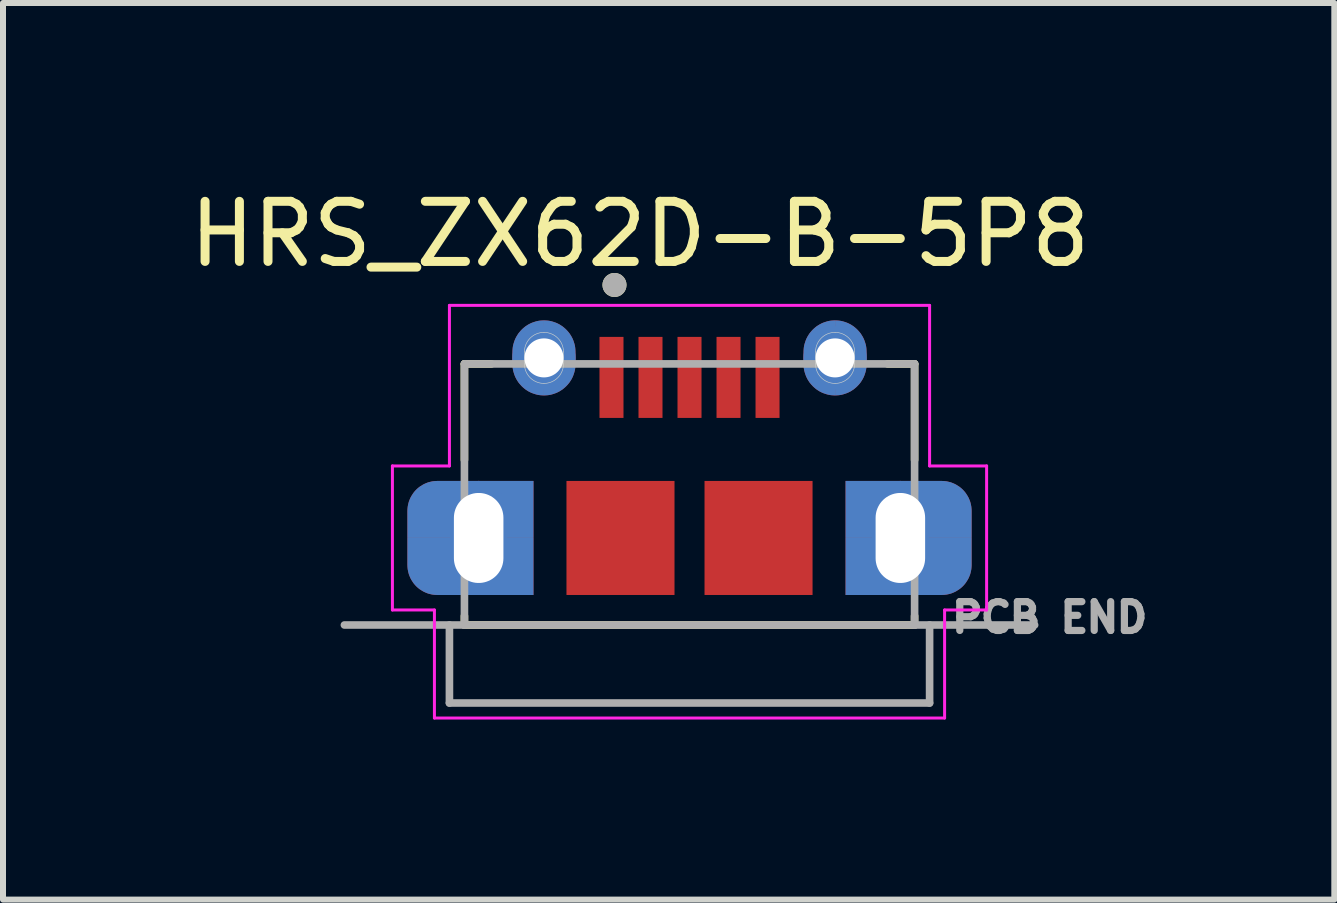
<source format=kicad_pcb>
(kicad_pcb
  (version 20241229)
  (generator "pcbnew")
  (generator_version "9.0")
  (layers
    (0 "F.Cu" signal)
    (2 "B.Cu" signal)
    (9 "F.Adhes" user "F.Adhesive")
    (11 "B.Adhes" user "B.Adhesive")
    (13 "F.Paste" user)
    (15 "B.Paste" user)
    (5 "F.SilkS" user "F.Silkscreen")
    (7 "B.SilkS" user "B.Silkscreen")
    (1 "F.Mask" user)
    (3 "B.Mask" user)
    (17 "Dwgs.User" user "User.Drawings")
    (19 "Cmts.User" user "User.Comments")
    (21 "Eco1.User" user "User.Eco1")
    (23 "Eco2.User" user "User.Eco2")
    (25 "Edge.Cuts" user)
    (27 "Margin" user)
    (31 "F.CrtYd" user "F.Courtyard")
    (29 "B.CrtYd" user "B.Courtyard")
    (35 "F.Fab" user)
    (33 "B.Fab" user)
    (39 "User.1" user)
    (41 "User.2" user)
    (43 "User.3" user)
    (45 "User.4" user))
  (footprint "HRS_ZX62D-B-5P8"
    (layer "F.Cu")
    (at 8.438 5.838)
    (property "Reference" "HRS_ZX62D-B-5P8" (at -0.826 -4.988 0) (layer "F.SilkS") (effects (font (size 1.001 1.001) (thickness 0.15))))
    (attr through_hole)
    (fp_poly (pts (xy -3.1 0.075) (xy -2.6 0.075) (xy -2.6 1.025) (xy -4.2 1.025) (xy -4.226 1.024) (xy -4.252 1.022) (xy -4.278 1.019) (xy -4.304 1.014) (xy -4.329 1.008) (xy -4.355 1.001) (xy -4.379 0.992) (xy -4.403 0.982) (xy -4.427 0.971) (xy -4.45 0.958) (xy -4.472 0.944) (xy -4.494 0.93) (xy -4.515 0.914) (xy -4.535 0.897) (xy -4.554 0.879) (xy -4.572 0.86) (xy -4.589 0.84) (xy -4.605 0.819) (xy -4.619 0.797) (xy -4.633 0.775) (xy -4.646 0.752) (xy -4.657 0.728) (xy -4.667 0.704) (xy -4.676 0.68) (xy -4.683 0.654) (xy -4.689 0.629) (xy -4.694 0.603) (xy -4.697 0.577) (xy -4.699 0.551) (xy -4.7 0.525) (xy -4.7 0.075) (xy -3.925 0.075) (xy -3.925 0.55) (xy -3.925 0.564) (xy -3.923 0.579) (xy -3.922 0.593) (xy -3.919 0.607) (xy -3.916 0.621) (xy -3.912 0.635) (xy -3.907 0.649) (xy -3.901 0.662) (xy -3.895 0.675) (xy -3.888 0.688) (xy -3.881 0.7) (xy -3.872 0.712) (xy -3.864 0.723) (xy -3.854 0.734) (xy -3.844 0.744) (xy -3.834 0.754) (xy -3.823 0.764) (xy -3.812 0.772) (xy -3.8 0.781) (xy -3.787 0.788) (xy -3.775 0.795) (xy -3.762 0.801) (xy -3.749 0.807) (xy -3.735 0.812) (xy -3.721 0.816) (xy -3.707 0.819) (xy -3.693 0.822) (xy -3.679 0.823) (xy -3.664 0.825) (xy -3.65 0.825) (xy -3.4 0.825) (xy -3.384 0.825) (xy -3.369 0.823) (xy -3.353 0.821) (xy -3.338 0.818) (xy -3.322 0.815) (xy -3.307 0.81) (xy -3.292 0.805) (xy -3.278 0.799) (xy -3.264 0.792) (xy -3.25 0.785) (xy -3.237 0.777) (xy -3.224 0.768) (xy -3.211 0.758) (xy -3.199 0.748) (xy -3.188 0.737) (xy -3.177 0.726) (xy -3.167 0.714) (xy -3.157 0.701) (xy -3.148 0.688) (xy -3.14 0.675) (xy -3.133 0.661) (xy -3.126 0.647) (xy -3.12 0.633) (xy -3.115 0.618) (xy -3.11 0.603) (xy -3.107 0.587) (xy -3.104 0.572) (xy -3.102 0.556) (xy -3.1 0.541) (xy -3.1 0.525) (xy -3.1 0.075)) (stroke (width 0.0001) (type solid)) (fill yes) (layer "F.Cu"))
    (fp_poly (pts (xy -2.6 -0.875) (xy -4.2 -0.875) (xy -4.226 -0.874) (xy -4.252 -0.872) (xy -4.278 -0.869) (xy -4.304 -0.864) (xy -4.329 -0.858) (xy -4.355 -0.851) (xy -4.379 -0.842) (xy -4.403 -0.832) (xy -4.427 -0.821) (xy -4.45 -0.808) (xy -4.472 -0.794) (xy -4.494 -0.78) (xy -4.515 -0.764) (xy -4.535 -0.747) (xy -4.554 -0.729) (xy -4.572 -0.71) (xy -4.589 -0.69) (xy -4.605 -0.669) (xy -4.619 -0.647) (xy -4.633 -0.625) (xy -4.646 -0.602) (xy -4.657 -0.578) (xy -4.667 -0.554) (xy -4.676 -0.53) (xy -4.683 -0.504) (xy -4.689 -0.479) (xy -4.694 -0.453) (xy -4.697 -0.427) (xy -4.699 -0.401) (xy -4.7 -0.375) (xy -4.7 0.075) (xy -3.925 0.075) (xy -3.925 -0.375) (xy -3.925 -0.391) (xy -3.923 -0.406) (xy -3.921 -0.422) (xy -3.918 -0.437) (xy -3.915 -0.453) (xy -3.91 -0.468) (xy -3.905 -0.483) (xy -3.899 -0.497) (xy -3.892 -0.511) (xy -3.885 -0.525) (xy -3.877 -0.538) (xy -3.868 -0.551) (xy -3.858 -0.564) (xy -3.848 -0.576) (xy -3.837 -0.587) (xy -3.826 -0.598) (xy -3.814 -0.608) (xy -3.801 -0.618) (xy -3.788 -0.627) (xy -3.775 -0.635) (xy -3.761 -0.642) (xy -3.747 -0.649) (xy -3.733 -0.655) (xy -3.718 -0.66) (xy -3.703 -0.665) (xy -3.687 -0.668) (xy -3.672 -0.671) (xy -3.656 -0.673) (xy -3.641 -0.675) (xy -3.625 -0.675) (xy -3.4 -0.675) (xy -3.384 -0.675) (xy -3.369 -0.673) (xy -3.353 -0.671) (xy -3.338 -0.668) (xy -3.322 -0.665) (xy -3.307 -0.66) (xy -3.292 -0.655) (xy -3.278 -0.649) (xy -3.264 -0.642) (xy -3.25 -0.635) (xy -3.237 -0.627) (xy -3.224 -0.618) (xy -3.211 -0.608) (xy -3.199 -0.598) (xy -3.188 -0.587) (xy -3.177 -0.576) (xy -3.167 -0.564) (xy -3.157 -0.551) (xy -3.148 -0.538) (xy -3.14 -0.525) (xy -3.133 -0.511) (xy -3.126 -0.497) (xy -3.12 -0.483) (xy -3.115 -0.468) (xy -3.11 -0.453) (xy -3.107 -0.437) (xy -3.104 -0.422) (xy -3.102 -0.406) (xy -3.1 -0.391) (xy -3.1 -0.375) (xy -3.1 0.075) (xy -2.6 0.075) (xy -2.6 -0.875)) (stroke (width 0.0001) (type solid)) (fill yes) (layer "F.Cu"))
    (fp_poly (pts (xy 2.6 1.025) (xy 4.2 1.025) (xy 4.226 1.024) (xy 4.252 1.022) (xy 4.278 1.019) (xy 4.304 1.014) (xy 4.329 1.008) (xy 4.355 1.001) (xy 4.379 0.992) (xy 4.403 0.982) (xy 4.427 0.971) (xy 4.45 0.958) (xy 4.472 0.944) (xy 4.494 0.93) (xy 4.515 0.914) (xy 4.535 0.897) (xy 4.554 0.879) (xy 4.572 0.86) (xy 4.589 0.84) (xy 4.605 0.819) (xy 4.619 0.797) (xy 4.633 0.775) (xy 4.646 0.752) (xy 4.657 0.728) (xy 4.667 0.704) (xy 4.676 0.68) (xy 4.683 0.654) (xy 4.689 0.629) (xy 4.694 0.603) (xy 4.697 0.577) (xy 4.699 0.551) (xy 4.7 0.525) (xy 4.7 0.075) (xy 3.925 0.075) (xy 3.925 0.525) (xy 3.925 0.541) (xy 3.923 0.556) (xy 3.921 0.572) (xy 3.918 0.587) (xy 3.915 0.603) (xy 3.91 0.618) (xy 3.905 0.633) (xy 3.899 0.647) (xy 3.892 0.661) (xy 3.885 0.675) (xy 3.877 0.688) (xy 3.868 0.701) (xy 3.858 0.714) (xy 3.848 0.726) (xy 3.837 0.737) (xy 3.826 0.748) (xy 3.814 0.758) (xy 3.801 0.768) (xy 3.788 0.777) (xy 3.775 0.785) (xy 3.761 0.792) (xy 3.747 0.799) (xy 3.733 0.805) (xy 3.718 0.81) (xy 3.703 0.815) (xy 3.687 0.818) (xy 3.672 0.821) (xy 3.656 0.823) (xy 3.641 0.825) (xy 3.625 0.825) (xy 3.4 0.825) (xy 3.384 0.825) (xy 3.369 0.823) (xy 3.353 0.821) (xy 3.338 0.818) (xy 3.322 0.815) (xy 3.307 0.81) (xy 3.292 0.805) (xy 3.278 0.799) (xy 3.264 0.792) (xy 3.25 0.785) (xy 3.237 0.777) (xy 3.224 0.768) (xy 3.211 0.758) (xy 3.199 0.748) (xy 3.188 0.737) (xy 3.177 0.726) (xy 3.167 0.714) (xy 3.157 0.701) (xy 3.148 0.688) (xy 3.14 0.675) (xy 3.133 0.661) (xy 3.126 0.647) (xy 3.12 0.633) (xy 3.115 0.618) (xy 3.11 0.603) (xy 3.107 0.587) (xy 3.104 0.572) (xy 3.102 0.556) (xy 3.1 0.541) (xy 3.1 0.525) (xy 3.1 0.075) (xy 2.6 0.075) (xy 2.6 1.025)) (stroke (width 0.0001) (type solid)) (fill yes) (layer "F.Cu"))
    (fp_poly (pts (xy 3.1 0.075) (xy 2.6 0.075) (xy 2.6 -0.875) (xy 4.2 -0.875) (xy 4.226 -0.874) (xy 4.252 -0.872) (xy 4.278 -0.869) (xy 4.304 -0.864) (xy 4.329 -0.858) (xy 4.355 -0.851) (xy 4.379 -0.842) (xy 4.403 -0.832) (xy 4.427 -0.821) (xy 4.45 -0.808) (xy 4.472 -0.794) (xy 4.494 -0.78) (xy 4.515 -0.764) (xy 4.535 -0.747) (xy 4.554 -0.729) (xy 4.572 -0.71) (xy 4.589 -0.69) (xy 4.605 -0.669) (xy 4.619 -0.647) (xy 4.633 -0.625) (xy 4.646 -0.602) (xy 4.657 -0.578) (xy 4.667 -0.554) (xy 4.676 -0.53) (xy 4.683 -0.504) (xy 4.689 -0.479) (xy 4.694 -0.453) (xy 4.697 -0.427) (xy 4.699 -0.401) (xy 4.7 -0.375) (xy 4.7 0.075) (xy 3.925 0.075) (xy 3.925 -0.4) (xy 3.925 -0.414) (xy 3.923 -0.429) (xy 3.922 -0.443) (xy 3.919 -0.457) (xy 3.916 -0.471) (xy 3.912 -0.485) (xy 3.907 -0.499) (xy 3.901 -0.512) (xy 3.895 -0.525) (xy 3.888 -0.538) (xy 3.881 -0.55) (xy 3.872 -0.562) (xy 3.864 -0.573) (xy 3.854 -0.584) (xy 3.844 -0.594) (xy 3.834 -0.604) (xy 3.823 -0.614) (xy 3.812 -0.622) (xy 3.8 -0.631) (xy 3.787 -0.638) (xy 3.775 -0.645) (xy 3.762 -0.651) (xy 3.749 -0.657) (xy 3.735 -0.662) (xy 3.721 -0.666) (xy 3.707 -0.669) (xy 3.693 -0.672) (xy 3.679 -0.673) (xy 3.664 -0.675) (xy 3.65 -0.675) (xy 3.4 -0.675) (xy 3.384 -0.675) (xy 3.369 -0.673) (xy 3.353 -0.671) (xy 3.338 -0.668) (xy 3.322 -0.665) (xy 3.307 -0.66) (xy 3.292 -0.655) (xy 3.278 -0.649) (xy 3.264 -0.642) (xy 3.25 -0.635) (xy 3.237 -0.627) (xy 3.224 -0.618) (xy 3.211 -0.608) (xy 3.199 -0.598) (xy 3.188 -0.587) (xy 3.177 -0.576) (xy 3.167 -0.564) (xy 3.157 -0.551) (xy 3.148 -0.538) (xy 3.14 -0.525) (xy 3.133 -0.511) (xy 3.126 -0.497) (xy 3.12 -0.483) (xy 3.115 -0.468) (xy 3.11 -0.453) (xy 3.107 -0.437) (xy 3.104 -0.422) (xy 3.102 -0.406) (xy 3.1 -0.391) (xy 3.1 -0.375) (xy 3.1 0.075)) (stroke (width 0.0001) (type solid)) (fill yes) (layer "F.Cu"))
    (fp_poly (pts (xy -2.425 -3.35) (xy -2.425 -3.55) (xy -2.398 -3.549) (xy -2.37 -3.547) (xy -2.343 -3.544) (xy -2.316 -3.539) (xy -2.289 -3.532) (xy -2.263 -3.524) (xy -2.237 -3.515) (xy -2.211 -3.505) (xy -2.187 -3.493) (xy -2.162 -3.48) (xy -2.139 -3.465) (xy -2.116 -3.45) (xy -2.095 -3.433) (xy -2.074 -3.415) (xy -2.054 -3.396) (xy -2.035 -3.376) (xy -2.017 -3.355) (xy -2 -3.334) (xy -1.985 -3.311) (xy -1.97 -3.287) (xy -1.957 -3.263) (xy -1.945 -3.239) (xy -1.935 -3.213) (xy -1.926 -3.187) (xy -1.918 -3.161) (xy -1.911 -3.134) (xy -1.906 -3.107) (xy -1.903 -3.08) (xy -1.901 -3.052) (xy -1.9 -3.025) (xy -1.9 -2.825) (xy -1.901 -2.798) (xy -1.903 -2.77) (xy -1.906 -2.743) (xy -1.911 -2.716) (xy -1.918 -2.689) (xy -1.926 -2.663) (xy -1.935 -2.637) (xy -1.945 -2.611) (xy -1.957 -2.587) (xy -1.97 -2.562) (xy -1.985 -2.539) (xy -2 -2.516) (xy -2.017 -2.495) (xy -2.035 -2.474) (xy -2.054 -2.454) (xy -2.074 -2.435) (xy -2.095 -2.417) (xy -2.116 -2.4) (xy -2.139 -2.385) (xy -2.162 -2.37) (xy -2.187 -2.357) (xy -2.211 -2.345) (xy -2.237 -2.335) (xy -2.263 -2.326) (xy -2.289 -2.318) (xy -2.316 -2.311) (xy -2.343 -2.306) (xy -2.37 -2.303) (xy -2.398 -2.301) (xy -2.425 -2.3) (xy -2.425 -2.5) (xy -2.408 -2.5) (xy -2.391 -2.502) (xy -2.374 -2.504) (xy -2.357 -2.507) (xy -2.341 -2.511) (xy -2.325 -2.516) (xy -2.309 -2.522) (xy -2.293 -2.528) (xy -2.277 -2.535) (xy -2.263 -2.544) (xy -2.248 -2.552) (xy -2.234 -2.562) (xy -2.22 -2.572) (xy -2.208 -2.583) (xy -2.195 -2.595) (xy -2.183 -2.608) (xy -2.172 -2.62) (xy -2.162 -2.634) (xy -2.152 -2.648) (xy -2.144 -2.663) (xy -2.135 -2.677) (xy -2.128 -2.693) (xy -2.122 -2.709) (xy -2.116 -2.725) (xy -2.111 -2.741) (xy -2.107 -2.757) (xy -2.104 -2.774) (xy -2.102 -2.791) (xy -2.1 -2.808) (xy -2.1 -2.825) (xy -2.1 -3.025) (xy -2.1 -3.042) (xy -2.102 -3.059) (xy -2.104 -3.076) (xy -2.107 -3.093) (xy -2.111 -3.109) (xy -2.116 -3.125) (xy -2.122 -3.141) (xy -2.128 -3.157) (xy -2.135 -3.173) (xy -2.144 -3.188) (xy -2.152 -3.202) (xy -2.162 -3.216) (xy -2.172 -3.23) (xy -2.183 -3.242) (xy -2.195 -3.255) (xy -2.208 -3.267) (xy -2.22 -3.278) (xy -2.234 -3.288) (xy -2.248 -3.298) (xy -2.263 -3.306) (xy -2.277 -3.315) (xy -2.293 -3.322) (xy -2.309 -3.328) (xy -2.325 -3.334) (xy -2.341 -3.339) (xy -2.357 -3.343) (xy -2.374 -3.346) (xy -2.391 -3.348) (xy -2.408 -3.35) (xy -2.425 -3.35)) (stroke (width 0.0001) (type solid)) (fill yes) (layer "F.Cu"))
    (fp_poly (pts (xy -2.425 -2.5) (xy -2.425 -2.3) (xy -2.452 -2.301) (xy -2.48 -2.303) (xy -2.507 -2.306) (xy -2.534 -2.311) (xy -2.561 -2.318) (xy -2.587 -2.326) (xy -2.613 -2.335) (xy -2.639 -2.345) (xy -2.663 -2.357) (xy -2.688 -2.37) (xy -2.711 -2.385) (xy -2.734 -2.4) (xy -2.755 -2.417) (xy -2.776 -2.435) (xy -2.796 -2.454) (xy -2.815 -2.474) (xy -2.833 -2.495) (xy -2.85 -2.516) (xy -2.865 -2.539) (xy -2.88 -2.563) (xy -2.893 -2.587) (xy -2.905 -2.611) (xy -2.915 -2.637) (xy -2.924 -2.663) (xy -2.932 -2.689) (xy -2.939 -2.716) (xy -2.944 -2.743) (xy -2.947 -2.77) (xy -2.949 -2.798) (xy -2.95 -2.825) (xy -2.95 -3.025) (xy -2.949 -3.052) (xy -2.947 -3.08) (xy -2.944 -3.107) (xy -2.939 -3.134) (xy -2.932 -3.161) (xy -2.924 -3.187) (xy -2.915 -3.213) (xy -2.905 -3.239) (xy -2.893 -3.263) (xy -2.88 -3.287) (xy -2.865 -3.311) (xy -2.85 -3.334) (xy -2.833 -3.355) (xy -2.815 -3.376) (xy -2.796 -3.396) (xy -2.776 -3.415) (xy -2.755 -3.433) (xy -2.734 -3.45) (xy -2.711 -3.465) (xy -2.688 -3.48) (xy -2.663 -3.493) (xy -2.639 -3.505) (xy -2.613 -3.515) (xy -2.587 -3.524) (xy -2.561 -3.532) (xy -2.534 -3.539) (xy -2.507 -3.544) (xy -2.48 -3.547) (xy -2.452 -3.549) (xy -2.425 -3.55) (xy -2.425 -3.35) (xy -2.442 -3.35) (xy -2.459 -3.348) (xy -2.476 -3.346) (xy -2.493 -3.343) (xy -2.509 -3.339) (xy -2.525 -3.334) (xy -2.541 -3.328) (xy -2.557 -3.322) (xy -2.573 -3.315) (xy -2.587 -3.306) (xy -2.602 -3.298) (xy -2.616 -3.288) (xy -2.63 -3.278) (xy -2.642 -3.267) (xy -2.655 -3.255) (xy -2.667 -3.242) (xy -2.678 -3.23) (xy -2.688 -3.216) (xy -2.698 -3.202) (xy -2.706 -3.188) (xy -2.715 -3.173) (xy -2.722 -3.157) (xy -2.728 -3.141) (xy -2.734 -3.125) (xy -2.739 -3.109) (xy -2.743 -3.093) (xy -2.746 -3.076) (xy -2.748 -3.059) (xy -2.75 -3.042) (xy -2.75 -3.025) (xy -2.75 -2.825) (xy -2.75 -2.808) (xy -2.748 -2.791) (xy -2.746 -2.774) (xy -2.743 -2.757) (xy -2.739 -2.741) (xy -2.734 -2.725) (xy -2.728 -2.709) (xy -2.722 -2.693) (xy -2.715 -2.677) (xy -2.706 -2.663) (xy -2.698 -2.648) (xy -2.688 -2.634) (xy -2.678 -2.62) (xy -2.667 -2.608) (xy -2.655 -2.595) (xy -2.642 -2.583) (xy -2.63 -2.572) (xy -2.616 -2.562) (xy -2.602 -2.552) (xy -2.587 -2.544) (xy -2.573 -2.535) (xy -2.557 -2.528) (xy -2.541 -2.522) (xy -2.525 -2.516) (xy -2.509 -2.511) (xy -2.493 -2.507) (xy -2.476 -2.504) (xy -2.459 -2.502) (xy -2.442 -2.5) (xy -2.425 -2.5)) (stroke (width 0.0001) (type solid)) (fill yes) (layer "F.Cu"))
    (fp_poly (pts (xy 2.425 -3.35) (xy 2.425 -3.55) (xy 2.452 -3.549) (xy 2.48 -3.547) (xy 2.507 -3.544) (xy 2.534 -3.539) (xy 2.561 -3.532) (xy 2.587 -3.524) (xy 2.613 -3.515) (xy 2.639 -3.505) (xy 2.663 -3.493) (xy 2.688 -3.48) (xy 2.711 -3.465) (xy 2.734 -3.45) (xy 2.755 -3.433) (xy 2.776 -3.415) (xy 2.796 -3.396) (xy 2.815 -3.376) (xy 2.833 -3.355) (xy 2.85 -3.334) (xy 2.865 -3.311) (xy 2.88 -3.287) (xy 2.893 -3.263) (xy 2.905 -3.239) (xy 2.915 -3.213) (xy 2.924 -3.187) (xy 2.932 -3.161) (xy 2.939 -3.134) (xy 2.944 -3.107) (xy 2.947 -3.08) (xy 2.949 -3.052) (xy 2.95 -3.025) (xy 2.95 -2.825) (xy 2.949 -2.798) (xy 2.947 -2.77) (xy 2.944 -2.743) (xy 2.939 -2.716) (xy 2.932 -2.689) (xy 2.924 -2.663) (xy 2.915 -2.637) (xy 2.905 -2.611) (xy 2.893 -2.587) (xy 2.88 -2.563) (xy 2.865 -2.539) (xy 2.85 -2.516) (xy 2.833 -2.495) (xy 2.815 -2.474) (xy 2.796 -2.454) (xy 2.776 -2.435) (xy 2.755 -2.417) (xy 2.734 -2.4) (xy 2.711 -2.385) (xy 2.688 -2.37) (xy 2.663 -2.357) (xy 2.639 -2.345) (xy 2.613 -2.335) (xy 2.587 -2.326) (xy 2.561 -2.318) (xy 2.534 -2.311) (xy 2.507 -2.306) (xy 2.48 -2.303) (xy 2.452 -2.301) (xy 2.425 -2.3) (xy 2.425 -2.5) (xy 2.442 -2.5) (xy 2.459 -2.502) (xy 2.476 -2.504) (xy 2.493 -2.507) (xy 2.509 -2.511) (xy 2.525 -2.516) (xy 2.541 -2.522) (xy 2.557 -2.528) (xy 2.573 -2.535) (xy 2.587 -2.544) (xy 2.602 -2.552) (xy 2.616 -2.562) (xy 2.63 -2.572) (xy 2.642 -2.583) (xy 2.655 -2.595) (xy 2.667 -2.608) (xy 2.678 -2.62) (xy 2.688 -2.634) (xy 2.698 -2.648) (xy 2.706 -2.663) (xy 2.715 -2.677) (xy 2.722 -2.693) (xy 2.728 -2.709) (xy 2.734 -2.725) (xy 2.739 -2.741) (xy 2.743 -2.757) (xy 2.746 -2.774) (xy 2.748 -2.791) (xy 2.75 -2.808) (xy 2.75 -2.825) (xy 2.75 -3.025) (xy 2.75 -3.042) (xy 2.748 -3.059) (xy 2.746 -3.076) (xy 2.743 -3.093) (xy 2.739 -3.109) (xy 2.734 -3.125) (xy 2.728 -3.141) (xy 2.722 -3.157) (xy 2.715 -3.173) (xy 2.706 -3.188) (xy 2.698 -3.202) (xy 2.688 -3.216) (xy 2.678 -3.23) (xy 2.667 -3.242) (xy 2.655 -3.255) (xy 2.642 -3.267) (xy 2.63 -3.278) (xy 2.616 -3.288) (xy 2.602 -3.298) (xy 2.587 -3.306) (xy 2.573 -3.315) (xy 2.557 -3.322) (xy 2.541 -3.328) (xy 2.525 -3.334) (xy 2.509 -3.339) (xy 2.493 -3.343) (xy 2.476 -3.346) (xy 2.459 -3.348) (xy 2.442 -3.35) (xy 2.425 -3.35)) (stroke (width 0.0001) (type solid)) (fill yes) (layer "F.Cu"))
    (fp_poly (pts (xy 2.425 -2.5) (xy 2.425 -2.3) (xy 2.398 -2.301) (xy 2.37 -2.303) (xy 2.343 -2.306) (xy 2.316 -2.311) (xy 2.289 -2.318) (xy 2.263 -2.326) (xy 2.237 -2.335) (xy 2.211 -2.345) (xy 2.187 -2.357) (xy 2.162 -2.37) (xy 2.139 -2.385) (xy 2.116 -2.4) (xy 2.095 -2.417) (xy 2.074 -2.435) (xy 2.054 -2.454) (xy 2.035 -2.474) (xy 2.017 -2.495) (xy 2 -2.516) (xy 1.985 -2.539) (xy 1.97 -2.562) (xy 1.957 -2.587) (xy 1.945 -2.611) (xy 1.935 -2.637) (xy 1.926 -2.663) (xy 1.918 -2.689) (xy 1.911 -2.716) (xy 1.906 -2.743) (xy 1.903 -2.77) (xy 1.901 -2.798) (xy 1.9 -2.825) (xy 1.9 -3.025) (xy 1.901 -3.052) (xy 1.903 -3.08) (xy 1.906 -3.107) (xy 1.911 -3.134) (xy 1.918 -3.161) (xy 1.926 -3.187) (xy 1.935 -3.213) (xy 1.945 -3.239) (xy 1.957 -3.263) (xy 1.97 -3.287) (xy 1.985 -3.311) (xy 2 -3.334) (xy 2.017 -3.355) (xy 2.035 -3.376) (xy 2.054 -3.396) (xy 2.074 -3.415) (xy 2.095 -3.433) (xy 2.116 -3.45) (xy 2.139 -3.465) (xy 2.163 -3.48) (xy 2.187 -3.493) (xy 2.211 -3.505) (xy 2.237 -3.515) (xy 2.263 -3.524) (xy 2.289 -3.532) (xy 2.316 -3.539) (xy 2.343 -3.544) (xy 2.37 -3.547) (xy 2.398 -3.549) (xy 2.425 -3.55) (xy 2.425 -3.35) (xy 2.408 -3.35) (xy 2.391 -3.348) (xy 2.374 -3.346) (xy 2.357 -3.343) (xy 2.341 -3.339) (xy 2.325 -3.334) (xy 2.309 -3.328) (xy 2.293 -3.322) (xy 2.277 -3.315) (xy 2.263 -3.306) (xy 2.248 -3.298) (xy 2.234 -3.288) (xy 2.22 -3.278) (xy 2.208 -3.267) (xy 2.195 -3.255) (xy 2.183 -3.242) (xy 2.172 -3.23) (xy 2.162 -3.216) (xy 2.152 -3.202) (xy 2.144 -3.188) (xy 2.135 -3.173) (xy 2.128 -3.157) (xy 2.122 -3.141) (xy 2.116 -3.125) (xy 2.111 -3.109) (xy 2.107 -3.093) (xy 2.104 -3.076) (xy 2.102 -3.059) (xy 2.1 -3.042) (xy 2.1 -3.025) (xy 2.1 -2.825) (xy 2.1 -2.808) (xy 2.102 -2.791) (xy 2.104 -2.774) (xy 2.107 -2.757) (xy 2.111 -2.741) (xy 2.116 -2.725) (xy 2.122 -2.709) (xy 2.128 -2.693) (xy 2.135 -2.677) (xy 2.144 -2.663) (xy 2.152 -2.648) (xy 2.162 -2.634) (xy 2.172 -2.62) (xy 2.183 -2.608) (xy 2.195 -2.595) (xy 2.208 -2.583) (xy 2.22 -2.572) (xy 2.234 -2.562) (xy 2.248 -2.552) (xy 2.263 -2.544) (xy 2.277 -2.535) (xy 2.293 -2.528) (xy 2.309 -2.522) (xy 2.325 -2.516) (xy 2.341 -2.511) (xy 2.357 -2.507) (xy 2.374 -2.504) (xy 2.391 -2.502) (xy 2.408 -2.5) (xy 2.425 -2.5)) (stroke (width 0.0001) (type solid)) (fill yes) (layer "F.Cu"))
    (fp_poly (pts (xy -4.801 -0.975) (xy -2.5 -0.975) (xy -2.5 1.126) (xy -4.801 1.126)) (stroke (width 0.01) (type solid)) (fill yes) (layer "F.Mask"))
    (fp_poly (pts (xy -3.051 -3.65) (xy -1.8 -3.65) (xy -1.8 -2.2) (xy -3.051 -2.2)) (stroke (width 0.01) (type solid)) (fill yes) (layer "F.Mask"))
    (fp_poly (pts (xy 1.802 -3.65) (xy 3.05 -3.65) (xy 3.05 -2.2) (xy 1.802 -2.2)) (stroke (width 0.01) (type solid)) (fill yes) (layer "F.Mask"))
    (fp_poly (pts (xy 2.502 -0.975) (xy 4.8 -0.975) (xy 4.8 1.128) (xy 2.502 1.128)) (stroke (width 0.01) (type solid)) (fill yes) (layer "F.Mask"))
    (fp_poly (pts (xy -3.1 0.075) (xy -2.6 0.075) (xy -2.6 1.025) (xy -4.2 1.025) (xy -4.226 1.024) (xy -4.252 1.022) (xy -4.278 1.019) (xy -4.304 1.014) (xy -4.329 1.008) (xy -4.355 1.001) (xy -4.379 0.992) (xy -4.403 0.982) (xy -4.427 0.971) (xy -4.45 0.958) (xy -4.472 0.944) (xy -4.494 0.93) (xy -4.515 0.914) (xy -4.535 0.897) (xy -4.554 0.879) (xy -4.572 0.86) (xy -4.589 0.84) (xy -4.605 0.819) (xy -4.619 0.797) (xy -4.633 0.775) (xy -4.646 0.752) (xy -4.657 0.728) (xy -4.667 0.704) (xy -4.676 0.68) (xy -4.683 0.654) (xy -4.689 0.629) (xy -4.694 0.603) (xy -4.697 0.577) (xy -4.699 0.551) (xy -4.7 0.525) (xy -4.7 0.075) (xy -3.925 0.075) (xy -3.925 0.55) (xy -3.925 0.564) (xy -3.923 0.579) (xy -3.922 0.593) (xy -3.919 0.607) (xy -3.916 0.621) (xy -3.912 0.635) (xy -3.907 0.649) (xy -3.901 0.662) (xy -3.895 0.675) (xy -3.888 0.688) (xy -3.881 0.7) (xy -3.872 0.712) (xy -3.864 0.723) (xy -3.854 0.734) (xy -3.844 0.744) (xy -3.834 0.754) (xy -3.823 0.764) (xy -3.812 0.772) (xy -3.8 0.781) (xy -3.787 0.788) (xy -3.775 0.795) (xy -3.762 0.801) (xy -3.749 0.807) (xy -3.735 0.812) (xy -3.721 0.816) (xy -3.707 0.819) (xy -3.693 0.822) (xy -3.679 0.823) (xy -3.664 0.825) (xy -3.65 0.825) (xy -3.4 0.825) (xy -3.384 0.825) (xy -3.369 0.823) (xy -3.353 0.821) (xy -3.338 0.818) (xy -3.322 0.815) (xy -3.307 0.81) (xy -3.292 0.805) (xy -3.278 0.799) (xy -3.264 0.792) (xy -3.25 0.785) (xy -3.237 0.777) (xy -3.224 0.768) (xy -3.211 0.758) (xy -3.199 0.748) (xy -3.188 0.737) (xy -3.177 0.726) (xy -3.167 0.714) (xy -3.157 0.701) (xy -3.148 0.688) (xy -3.14 0.675) (xy -3.133 0.661) (xy -3.126 0.647) (xy -3.12 0.633) (xy -3.115 0.618) (xy -3.11 0.603) (xy -3.107 0.587) (xy -3.104 0.572) (xy -3.102 0.556) (xy -3.1 0.541) (xy -3.1 0.525) (xy -3.1 0.075)) (stroke (width 0.0001) (type solid)) (fill yes) (layer "B.Cu"))
    (fp_poly (pts (xy -2.6 -0.875) (xy -4.2 -0.875) (xy -4.226 -0.874) (xy -4.252 -0.872) (xy -4.278 -0.869) (xy -4.304 -0.864) (xy -4.329 -0.858) (xy -4.355 -0.851) (xy -4.379 -0.842) (xy -4.403 -0.832) (xy -4.427 -0.821) (xy -4.45 -0.808) (xy -4.472 -0.794) (xy -4.494 -0.78) (xy -4.515 -0.764) (xy -4.535 -0.747) (xy -4.554 -0.729) (xy -4.572 -0.71) (xy -4.589 -0.69) (xy -4.605 -0.669) (xy -4.619 -0.647) (xy -4.633 -0.625) (xy -4.646 -0.602) (xy -4.657 -0.578) (xy -4.667 -0.554) (xy -4.676 -0.53) (xy -4.683 -0.504) (xy -4.689 -0.479) (xy -4.694 -0.453) (xy -4.697 -0.427) (xy -4.699 -0.401) (xy -4.7 -0.375) (xy -4.7 0.075) (xy -3.925 0.075) (xy -3.925 -0.375) (xy -3.925 -0.391) (xy -3.923 -0.406) (xy -3.921 -0.422) (xy -3.918 -0.437) (xy -3.915 -0.453) (xy -3.91 -0.468) (xy -3.905 -0.483) (xy -3.899 -0.497) (xy -3.892 -0.511) (xy -3.885 -0.525) (xy -3.877 -0.538) (xy -3.868 -0.551) (xy -3.858 -0.564) (xy -3.848 -0.576) (xy -3.837 -0.587) (xy -3.826 -0.598) (xy -3.814 -0.608) (xy -3.801 -0.618) (xy -3.788 -0.627) (xy -3.775 -0.635) (xy -3.761 -0.642) (xy -3.747 -0.649) (xy -3.733 -0.655) (xy -3.718 -0.66) (xy -3.703 -0.665) (xy -3.687 -0.668) (xy -3.672 -0.671) (xy -3.656 -0.673) (xy -3.641 -0.675) (xy -3.625 -0.675) (xy -3.4 -0.675) (xy -3.384 -0.675) (xy -3.369 -0.673) (xy -3.353 -0.671) (xy -3.338 -0.668) (xy -3.322 -0.665) (xy -3.307 -0.66) (xy -3.292 -0.655) (xy -3.278 -0.649) (xy -3.264 -0.642) (xy -3.25 -0.635) (xy -3.237 -0.627) (xy -3.224 -0.618) (xy -3.211 -0.608) (xy -3.199 -0.598) (xy -3.188 -0.587) (xy -3.177 -0.576) (xy -3.167 -0.564) (xy -3.157 -0.551) (xy -3.148 -0.538) (xy -3.14 -0.525) (xy -3.133 -0.511) (xy -3.126 -0.497) (xy -3.12 -0.483) (xy -3.115 -0.468) (xy -3.11 -0.453) (xy -3.107 -0.437) (xy -3.104 -0.422) (xy -3.102 -0.406) (xy -3.1 -0.391) (xy -3.1 -0.375) (xy -3.1 0.075) (xy -2.6 0.075) (xy -2.6 -0.875)) (stroke (width 0.0001) (type solid)) (fill yes) (layer "B.Cu"))
    (fp_poly (pts (xy 2.6 1.025) (xy 4.2 1.025) (xy 4.226 1.024) (xy 4.252 1.022) (xy 4.278 1.019) (xy 4.304 1.014) (xy 4.329 1.008) (xy 4.355 1.001) (xy 4.379 0.992) (xy 4.403 0.982) (xy 4.427 0.971) (xy 4.45 0.958) (xy 4.472 0.944) (xy 4.494 0.93) (xy 4.515 0.914) (xy 4.535 0.897) (xy 4.554 0.879) (xy 4.572 0.86) (xy 4.589 0.84) (xy 4.605 0.819) (xy 4.619 0.797) (xy 4.633 0.775) (xy 4.646 0.752) (xy 4.657 0.728) (xy 4.667 0.704) (xy 4.676 0.68) (xy 4.683 0.654) (xy 4.689 0.629) (xy 4.694 0.603) (xy 4.697 0.577) (xy 4.699 0.551) (xy 4.7 0.525) (xy 4.7 0.075) (xy 3.925 0.075) (xy 3.925 0.525) (xy 3.925 0.541) (xy 3.923 0.556) (xy 3.921 0.572) (xy 3.918 0.587) (xy 3.915 0.603) (xy 3.91 0.618) (xy 3.905 0.633) (xy 3.899 0.647) (xy 3.892 0.661) (xy 3.885 0.675) (xy 3.877 0.688) (xy 3.868 0.701) (xy 3.858 0.714) (xy 3.848 0.726) (xy 3.837 0.737) (xy 3.826 0.748) (xy 3.814 0.758) (xy 3.801 0.768) (xy 3.788 0.777) (xy 3.775 0.785) (xy 3.761 0.792) (xy 3.747 0.799) (xy 3.733 0.805) (xy 3.718 0.81) (xy 3.703 0.815) (xy 3.687 0.818) (xy 3.672 0.821) (xy 3.656 0.823) (xy 3.641 0.825) (xy 3.625 0.825) (xy 3.4 0.825) (xy 3.384 0.825) (xy 3.369 0.823) (xy 3.353 0.821) (xy 3.338 0.818) (xy 3.322 0.815) (xy 3.307 0.81) (xy 3.292 0.805) (xy 3.278 0.799) (xy 3.264 0.792) (xy 3.25 0.785) (xy 3.237 0.777) (xy 3.224 0.768) (xy 3.211 0.758) (xy 3.199 0.748) (xy 3.188 0.737) (xy 3.177 0.726) (xy 3.167 0.714) (xy 3.157 0.701) (xy 3.148 0.688) (xy 3.14 0.675) (xy 3.133 0.661) (xy 3.126 0.647) (xy 3.12 0.633) (xy 3.115 0.618) (xy 3.11 0.603) (xy 3.107 0.587) (xy 3.104 0.572) (xy 3.102 0.556) (xy 3.1 0.541) (xy 3.1 0.525) (xy 3.1 0.075) (xy 2.6 0.075) (xy 2.6 1.025)) (stroke (width 0.0001) (type solid)) (fill yes) (layer "B.Cu"))
    (fp_poly (pts (xy 3.1 0.075) (xy 2.6 0.075) (xy 2.6 -0.875) (xy 4.2 -0.875) (xy 4.226 -0.874) (xy 4.252 -0.872) (xy 4.278 -0.869) (xy 4.304 -0.864) (xy 4.329 -0.858) (xy 4.355 -0.851) (xy 4.379 -0.842) (xy 4.403 -0.832) (xy 4.427 -0.821) (xy 4.45 -0.808) (xy 4.472 -0.794) (xy 4.494 -0.78) (xy 4.515 -0.764) (xy 4.535 -0.747) (xy 4.554 -0.729) (xy 4.572 -0.71) (xy 4.589 -0.69) (xy 4.605 -0.669) (xy 4.619 -0.647) (xy 4.633 -0.625) (xy 4.646 -0.602) (xy 4.657 -0.578) (xy 4.667 -0.554) (xy 4.676 -0.53) (xy 4.683 -0.504) (xy 4.689 -0.479) (xy 4.694 -0.453) (xy 4.697 -0.427) (xy 4.699 -0.401) (xy 4.7 -0.375) (xy 4.7 0.075) (xy 3.925 0.075) (xy 3.925 -0.4) (xy 3.925 -0.414) (xy 3.923 -0.429) (xy 3.922 -0.443) (xy 3.919 -0.457) (xy 3.916 -0.471) (xy 3.912 -0.485) (xy 3.907 -0.499) (xy 3.901 -0.512) (xy 3.895 -0.525) (xy 3.888 -0.538) (xy 3.881 -0.55) (xy 3.872 -0.562) (xy 3.864 -0.573) (xy 3.854 -0.584) (xy 3.844 -0.594) (xy 3.834 -0.604) (xy 3.823 -0.614) (xy 3.812 -0.622) (xy 3.8 -0.631) (xy 3.787 -0.638) (xy 3.775 -0.645) (xy 3.762 -0.651) (xy 3.749 -0.657) (xy 3.735 -0.662) (xy 3.721 -0.666) (xy 3.707 -0.669) (xy 3.693 -0.672) (xy 3.679 -0.673) (xy 3.664 -0.675) (xy 3.65 -0.675) (xy 3.4 -0.675) (xy 3.384 -0.675) (xy 3.369 -0.673) (xy 3.353 -0.671) (xy 3.338 -0.668) (xy 3.322 -0.665) (xy 3.307 -0.66) (xy 3.292 -0.655) (xy 3.278 -0.649) (xy 3.264 -0.642) (xy 3.25 -0.635) (xy 3.237 -0.627) (xy 3.224 -0.618) (xy 3.211 -0.608) (xy 3.199 -0.598) (xy 3.188 -0.587) (xy 3.177 -0.576) (xy 3.167 -0.564) (xy 3.157 -0.551) (xy 3.148 -0.538) (xy 3.14 -0.525) (xy 3.133 -0.511) (xy 3.126 -0.497) (xy 3.12 -0.483) (xy 3.115 -0.468) (xy 3.11 -0.453) (xy 3.107 -0.437) (xy 3.104 -0.422) (xy 3.102 -0.406) (xy 3.1 -0.391) (xy 3.1 -0.375) (xy 3.1 0.075)) (stroke (width 0.0001) (type solid)) (fill yes) (layer "B.Cu"))
    (fp_poly (pts (xy -2.425 -3.35) (xy -2.425 -3.55) (xy -2.398 -3.549) (xy -2.37 -3.547) (xy -2.343 -3.544) (xy -2.316 -3.539) (xy -2.289 -3.532) (xy -2.263 -3.524) (xy -2.237 -3.515) (xy -2.211 -3.505) (xy -2.187 -3.493) (xy -2.162 -3.48) (xy -2.139 -3.465) (xy -2.116 -3.45) (xy -2.095 -3.433) (xy -2.074 -3.415) (xy -2.054 -3.396) (xy -2.035 -3.376) (xy -2.017 -3.355) (xy -2 -3.334) (xy -1.985 -3.311) (xy -1.97 -3.287) (xy -1.957 -3.263) (xy -1.945 -3.239) (xy -1.935 -3.213) (xy -1.926 -3.187) (xy -1.918 -3.161) (xy -1.911 -3.134) (xy -1.906 -3.107) (xy -1.903 -3.08) (xy -1.901 -3.052) (xy -1.9 -3.025) (xy -1.9 -2.825) (xy -1.901 -2.798) (xy -1.903 -2.77) (xy -1.906 -2.743) (xy -1.911 -2.716) (xy -1.918 -2.689) (xy -1.926 -2.663) (xy -1.935 -2.637) (xy -1.945 -2.611) (xy -1.957 -2.587) (xy -1.97 -2.562) (xy -1.985 -2.539) (xy -2 -2.516) (xy -2.017 -2.495) (xy -2.035 -2.474) (xy -2.054 -2.454) (xy -2.074 -2.435) (xy -2.095 -2.417) (xy -2.116 -2.4) (xy -2.139 -2.385) (xy -2.162 -2.37) (xy -2.187 -2.357) (xy -2.211 -2.345) (xy -2.237 -2.335) (xy -2.263 -2.326) (xy -2.289 -2.318) (xy -2.316 -2.311) (xy -2.343 -2.306) (xy -2.37 -2.303) (xy -2.398 -2.301) (xy -2.425 -2.3) (xy -2.425 -2.5) (xy -2.408 -2.5) (xy -2.391 -2.502) (xy -2.374 -2.504) (xy -2.357 -2.507) (xy -2.341 -2.511) (xy -2.325 -2.516) (xy -2.309 -2.522) (xy -2.293 -2.528) (xy -2.277 -2.535) (xy -2.263 -2.544) (xy -2.248 -2.552) (xy -2.234 -2.562) (xy -2.22 -2.572) (xy -2.208 -2.583) (xy -2.195 -2.595) (xy -2.183 -2.608) (xy -2.172 -2.62) (xy -2.162 -2.634) (xy -2.152 -2.648) (xy -2.144 -2.663) (xy -2.135 -2.677) (xy -2.128 -2.693) (xy -2.122 -2.709) (xy -2.116 -2.725) (xy -2.111 -2.741) (xy -2.107 -2.757) (xy -2.104 -2.774) (xy -2.102 -2.791) (xy -2.1 -2.808) (xy -2.1 -2.825) (xy -2.1 -3.025) (xy -2.1 -3.042) (xy -2.102 -3.059) (xy -2.104 -3.076) (xy -2.107 -3.093) (xy -2.111 -3.109) (xy -2.116 -3.125) (xy -2.122 -3.141) (xy -2.128 -3.157) (xy -2.135 -3.173) (xy -2.144 -3.188) (xy -2.152 -3.202) (xy -2.162 -3.216) (xy -2.172 -3.23) (xy -2.183 -3.242) (xy -2.195 -3.255) (xy -2.208 -3.267) (xy -2.22 -3.278) (xy -2.234 -3.288) (xy -2.248 -3.298) (xy -2.263 -3.306) (xy -2.277 -3.315) (xy -2.293 -3.322) (xy -2.309 -3.328) (xy -2.325 -3.334) (xy -2.341 -3.339) (xy -2.357 -3.343) (xy -2.374 -3.346) (xy -2.391 -3.348) (xy -2.408 -3.35) (xy -2.425 -3.35)) (stroke (width 0.0001) (type solid)) (fill yes) (layer "B.Cu"))
    (fp_poly (pts (xy -2.425 -2.5) (xy -2.425 -2.3) (xy -2.452 -2.301) (xy -2.48 -2.303) (xy -2.507 -2.306) (xy -2.534 -2.311) (xy -2.561 -2.318) (xy -2.587 -2.326) (xy -2.613 -2.335) (xy -2.639 -2.345) (xy -2.663 -2.357) (xy -2.688 -2.37) (xy -2.711 -2.385) (xy -2.734 -2.4) (xy -2.755 -2.417) (xy -2.776 -2.435) (xy -2.796 -2.454) (xy -2.815 -2.474) (xy -2.833 -2.495) (xy -2.85 -2.516) (xy -2.865 -2.539) (xy -2.88 -2.563) (xy -2.893 -2.587) (xy -2.905 -2.611) (xy -2.915 -2.637) (xy -2.924 -2.663) (xy -2.932 -2.689) (xy -2.939 -2.716) (xy -2.944 -2.743) (xy -2.947 -2.77) (xy -2.949 -2.798) (xy -2.95 -2.825) (xy -2.95 -3.025) (xy -2.949 -3.052) (xy -2.947 -3.08) (xy -2.944 -3.107) (xy -2.939 -3.134) (xy -2.932 -3.161) (xy -2.924 -3.187) (xy -2.915 -3.213) (xy -2.905 -3.239) (xy -2.893 -3.263) (xy -2.88 -3.287) (xy -2.865 -3.311) (xy -2.85 -3.334) (xy -2.833 -3.355) (xy -2.815 -3.376) (xy -2.796 -3.396) (xy -2.776 -3.415) (xy -2.755 -3.433) (xy -2.734 -3.45) (xy -2.711 -3.465) (xy -2.688 -3.48) (xy -2.663 -3.493) (xy -2.639 -3.505) (xy -2.613 -3.515) (xy -2.587 -3.524) (xy -2.561 -3.532) (xy -2.534 -3.539) (xy -2.507 -3.544) (xy -2.48 -3.547) (xy -2.452 -3.549) (xy -2.425 -3.55) (xy -2.425 -3.35) (xy -2.442 -3.35) (xy -2.459 -3.348) (xy -2.476 -3.346) (xy -2.493 -3.343) (xy -2.509 -3.339) (xy -2.525 -3.334) (xy -2.541 -3.328) (xy -2.557 -3.322) (xy -2.573 -3.315) (xy -2.587 -3.306) (xy -2.602 -3.298) (xy -2.616 -3.288) (xy -2.63 -3.278) (xy -2.642 -3.267) (xy -2.655 -3.255) (xy -2.667 -3.242) (xy -2.678 -3.23) (xy -2.688 -3.216) (xy -2.698 -3.202) (xy -2.706 -3.188) (xy -2.715 -3.173) (xy -2.722 -3.157) (xy -2.728 -3.141) (xy -2.734 -3.125) (xy -2.739 -3.109) (xy -2.743 -3.093) (xy -2.746 -3.076) (xy -2.748 -3.059) (xy -2.75 -3.042) (xy -2.75 -3.025) (xy -2.75 -2.825) (xy -2.75 -2.808) (xy -2.748 -2.791) (xy -2.746 -2.774) (xy -2.743 -2.757) (xy -2.739 -2.741) (xy -2.734 -2.725) (xy -2.728 -2.709) (xy -2.722 -2.693) (xy -2.715 -2.677) (xy -2.706 -2.663) (xy -2.698 -2.648) (xy -2.688 -2.634) (xy -2.678 -2.62) (xy -2.667 -2.608) (xy -2.655 -2.595) (xy -2.642 -2.583) (xy -2.63 -2.572) (xy -2.616 -2.562) (xy -2.602 -2.552) (xy -2.587 -2.544) (xy -2.573 -2.535) (xy -2.557 -2.528) (xy -2.541 -2.522) (xy -2.525 -2.516) (xy -2.509 -2.511) (xy -2.493 -2.507) (xy -2.476 -2.504) (xy -2.459 -2.502) (xy -2.442 -2.5) (xy -2.425 -2.5)) (stroke (width 0.0001) (type solid)) (fill yes) (layer "B.Cu"))
    (fp_poly (pts (xy 2.425 -3.35) (xy 2.425 -3.55) (xy 2.452 -3.549) (xy 2.48 -3.547) (xy 2.507 -3.544) (xy 2.534 -3.539) (xy 2.561 -3.532) (xy 2.587 -3.524) (xy 2.613 -3.515) (xy 2.639 -3.505) (xy 2.663 -3.493) (xy 2.688 -3.48) (xy 2.711 -3.465) (xy 2.734 -3.45) (xy 2.755 -3.433) (xy 2.776 -3.415) (xy 2.796 -3.396) (xy 2.815 -3.376) (xy 2.833 -3.355) (xy 2.85 -3.334) (xy 2.865 -3.311) (xy 2.88 -3.287) (xy 2.893 -3.263) (xy 2.905 -3.239) (xy 2.915 -3.213) (xy 2.924 -3.187) (xy 2.932 -3.161) (xy 2.939 -3.134) (xy 2.944 -3.107) (xy 2.947 -3.08) (xy 2.949 -3.052) (xy 2.95 -3.025) (xy 2.95 -2.825) (xy 2.949 -2.798) (xy 2.947 -2.77) (xy 2.944 -2.743) (xy 2.939 -2.716) (xy 2.932 -2.689) (xy 2.924 -2.663) (xy 2.915 -2.637) (xy 2.905 -2.611) (xy 2.893 -2.587) (xy 2.88 -2.563) (xy 2.865 -2.539) (xy 2.85 -2.516) (xy 2.833 -2.495) (xy 2.815 -2.474) (xy 2.796 -2.454) (xy 2.776 -2.435) (xy 2.755 -2.417) (xy 2.734 -2.4) (xy 2.711 -2.385) (xy 2.688 -2.37) (xy 2.663 -2.357) (xy 2.639 -2.345) (xy 2.613 -2.335) (xy 2.587 -2.326) (xy 2.561 -2.318) (xy 2.534 -2.311) (xy 2.507 -2.306) (xy 2.48 -2.303) (xy 2.452 -2.301) (xy 2.425 -2.3) (xy 2.425 -2.5) (xy 2.442 -2.5) (xy 2.459 -2.502) (xy 2.476 -2.504) (xy 2.493 -2.507) (xy 2.509 -2.511) (xy 2.525 -2.516) (xy 2.541 -2.522) (xy 2.557 -2.528) (xy 2.573 -2.535) (xy 2.587 -2.544) (xy 2.602 -2.552) (xy 2.616 -2.562) (xy 2.63 -2.572) (xy 2.642 -2.583) (xy 2.655 -2.595) (xy 2.667 -2.608) (xy 2.678 -2.62) (xy 2.688 -2.634) (xy 2.698 -2.648) (xy 2.706 -2.663) (xy 2.715 -2.677) (xy 2.722 -2.693) (xy 2.728 -2.709) (xy 2.734 -2.725) (xy 2.739 -2.741) (xy 2.743 -2.757) (xy 2.746 -2.774) (xy 2.748 -2.791) (xy 2.75 -2.808) (xy 2.75 -2.825) (xy 2.75 -3.025) (xy 2.75 -3.042) (xy 2.748 -3.059) (xy 2.746 -3.076) (xy 2.743 -3.093) (xy 2.739 -3.109) (xy 2.734 -3.125) (xy 2.728 -3.141) (xy 2.722 -3.157) (xy 2.715 -3.173) (xy 2.706 -3.188) (xy 2.698 -3.202) (xy 2.688 -3.216) (xy 2.678 -3.23) (xy 2.667 -3.242) (xy 2.655 -3.255) (xy 2.642 -3.267) (xy 2.63 -3.278) (xy 2.616 -3.288) (xy 2.602 -3.298) (xy 2.587 -3.306) (xy 2.573 -3.315) (xy 2.557 -3.322) (xy 2.541 -3.328) (xy 2.525 -3.334) (xy 2.509 -3.339) (xy 2.493 -3.343) (xy 2.476 -3.346) (xy 2.459 -3.348) (xy 2.442 -3.35) (xy 2.425 -3.35)) (stroke (width 0.0001) (type solid)) (fill yes) (layer "B.Cu"))
    (fp_poly (pts (xy 2.425 -2.5) (xy 2.425 -2.3) (xy 2.398 -2.301) (xy 2.37 -2.303) (xy 2.343 -2.306) (xy 2.316 -2.311) (xy 2.289 -2.318) (xy 2.263 -2.326) (xy 2.237 -2.335) (xy 2.211 -2.345) (xy 2.187 -2.357) (xy 2.162 -2.37) (xy 2.139 -2.385) (xy 2.116 -2.4) (xy 2.095 -2.417) (xy 2.074 -2.435) (xy 2.054 -2.454) (xy 2.035 -2.474) (xy 2.017 -2.495) (xy 2 -2.516) (xy 1.985 -2.539) (xy 1.97 -2.562) (xy 1.957 -2.587) (xy 1.945 -2.611) (xy 1.935 -2.637) (xy 1.926 -2.663) (xy 1.918 -2.689) (xy 1.911 -2.716) (xy 1.906 -2.743) (xy 1.903 -2.77) (xy 1.901 -2.798) (xy 1.9 -2.825) (xy 1.9 -3.025) (xy 1.901 -3.052) (xy 1.903 -3.08) (xy 1.906 -3.107) (xy 1.911 -3.134) (xy 1.918 -3.161) (xy 1.926 -3.187) (xy 1.935 -3.213) (xy 1.945 -3.239) (xy 1.957 -3.263) (xy 1.97 -3.287) (xy 1.985 -3.311) (xy 2 -3.334) (xy 2.017 -3.355) (xy 2.035 -3.376) (xy 2.054 -3.396) (xy 2.074 -3.415) (xy 2.095 -3.433) (xy 2.116 -3.45) (xy 2.139 -3.465) (xy 2.163 -3.48) (xy 2.187 -3.493) (xy 2.211 -3.505) (xy 2.237 -3.515) (xy 2.263 -3.524) (xy 2.289 -3.532) (xy 2.316 -3.539) (xy 2.343 -3.544) (xy 2.37 -3.547) (xy 2.398 -3.549) (xy 2.425 -3.55) (xy 2.425 -3.35) (xy 2.408 -3.35) (xy 2.391 -3.348) (xy 2.374 -3.346) (xy 2.357 -3.343) (xy 2.341 -3.339) (xy 2.325 -3.334) (xy 2.309 -3.328) (xy 2.293 -3.322) (xy 2.277 -3.315) (xy 2.263 -3.306) (xy 2.248 -3.298) (xy 2.234 -3.288) (xy 2.22 -3.278) (xy 2.208 -3.267) (xy 2.195 -3.255) (xy 2.183 -3.242) (xy 2.172 -3.23) (xy 2.162 -3.216) (xy 2.152 -3.202) (xy 2.144 -3.188) (xy 2.135 -3.173) (xy 2.128 -3.157) (xy 2.122 -3.141) (xy 2.116 -3.125) (xy 2.111 -3.109) (xy 2.107 -3.093) (xy 2.104 -3.076) (xy 2.102 -3.059) (xy 2.1 -3.042) (xy 2.1 -3.025) (xy 2.1 -2.825) (xy 2.1 -2.808) (xy 2.102 -2.791) (xy 2.104 -2.774) (xy 2.107 -2.757) (xy 2.111 -2.741) (xy 2.116 -2.725) (xy 2.122 -2.709) (xy 2.128 -2.693) (xy 2.135 -2.677) (xy 2.144 -2.663) (xy 2.152 -2.648) (xy 2.162 -2.634) (xy 2.172 -2.62) (xy 2.183 -2.608) (xy 2.195 -2.595) (xy 2.208 -2.583) (xy 2.22 -2.572) (xy 2.234 -2.562) (xy 2.248 -2.552) (xy 2.263 -2.544) (xy 2.277 -2.535) (xy 2.293 -2.528) (xy 2.309 -2.522) (xy 2.325 -2.516) (xy 2.341 -2.511) (xy 2.357 -2.507) (xy 2.374 -2.504) (xy 2.391 -2.502) (xy 2.408 -2.5) (xy 2.425 -2.5)) (stroke (width 0.0001) (type solid)) (fill yes) (layer "B.Cu"))
    (fp_poly (pts (xy -4.801 -0.975) (xy -2.5 -0.975) (xy -2.5 1.126) (xy -4.801 1.126)) (stroke (width 0.01) (type solid)) (fill yes) (layer "B.Mask"))
    (fp_poly (pts (xy -3.051 -3.65) (xy -1.8 -3.65) (xy -1.8 -2.2) (xy -3.051 -2.2)) (stroke (width 0.01) (type solid)) (fill yes) (layer "B.Mask"))
    (fp_poly (pts (xy 1.802 -3.65) (xy 3.05 -3.65) (xy 3.05 -2.2) (xy 1.802 -2.2)) (stroke (width 0.01) (type solid)) (fill yes) (layer "B.Mask"))
    (fp_poly (pts (xy 2.502 -0.975) (xy 4.8 -0.975) (xy 4.8 1.128) (xy 2.502 1.128)) (stroke (width 0.01) (type solid)) (fill yes) (layer "B.Mask"))
    (fp_line (start -3.75 -2.825) (end -3.3 -2.825) (stroke (width 0.127) (type solid)) (layer "F.SilkS"))
    (fp_line (start -3.75 -1.225) (end -3.75 -2.825) (stroke (width 0.127) (type solid)) (layer "F.SilkS"))
    (fp_line (start -3.75 1.525) (end -3.75 1.375) (stroke (width 0.127) (type solid)) (layer "F.SilkS"))
    (fp_line (start -3.75 1.525) (end 3.75 1.525) (stroke (width 0.127) (type solid)) (layer "F.SilkS"))
    (fp_line (start 3.3 -2.825) (end 3.75 -2.825) (stroke (width 0.127) (type solid)) (layer "F.SilkS"))
    (fp_line (start 3.75 -2.825) (end 3.75 -1.225) (stroke (width 0.127) (type solid)) (layer "F.SilkS"))
    (fp_line (start 3.75 1.525) (end 3.75 1.375) (stroke (width 0.127) (type solid)) (layer "F.SilkS"))
    (fp_circle (center -1.25 -4.14) (end -1.15 -4.14) (stroke (width 0.2) (type solid)) (fill no) (layer "F.SilkS"))
    (fp_poly (pts (xy -3.1 0.075) (xy -2.6 0.075) (xy -2.6 1.025) (xy -4.2 1.025) (xy -4.226 1.024) (xy -4.252 1.022) (xy -4.278 1.019) (xy -4.304 1.014) (xy -4.329 1.008) (xy -4.355 1.001) (xy -4.379 0.992) (xy -4.403 0.982) (xy -4.427 0.971) (xy -4.45 0.958) (xy -4.472 0.944) (xy -4.494 0.93) (xy -4.515 0.914) (xy -4.535 0.897) (xy -4.554 0.879) (xy -4.572 0.86) (xy -4.589 0.84) (xy -4.605 0.819) (xy -4.619 0.797) (xy -4.633 0.775) (xy -4.646 0.752) (xy -4.657 0.728) (xy -4.667 0.704) (xy -4.676 0.68) (xy -4.683 0.654) (xy -4.689 0.629) (xy -4.694 0.603) (xy -4.697 0.577) (xy -4.699 0.551) (xy -4.7 0.525) (xy -4.7 0.075) (xy -3.925 0.075) (xy -3.925 0.55) (xy -3.925 0.564) (xy -3.923 0.579) (xy -3.922 0.593) (xy -3.919 0.607) (xy -3.916 0.621) (xy -3.912 0.635) (xy -3.907 0.649) (xy -3.901 0.662) (xy -3.895 0.675) (xy -3.888 0.688) (xy -3.881 0.7) (xy -3.872 0.712) (xy -3.864 0.723) (xy -3.854 0.734) (xy -3.844 0.744) (xy -3.834 0.754) (xy -3.823 0.764) (xy -3.812 0.772) (xy -3.8 0.781) (xy -3.787 0.788) (xy -3.775 0.795) (xy -3.762 0.801) (xy -3.749 0.807) (xy -3.735 0.812) (xy -3.721 0.816) (xy -3.707 0.819) (xy -3.693 0.822) (xy -3.679 0.823) (xy -3.664 0.825) (xy -3.65 0.825) (xy -3.4 0.825) (xy -3.384 0.825) (xy -3.369 0.823) (xy -3.353 0.821) (xy -3.338 0.818) (xy -3.322 0.815) (xy -3.307 0.81) (xy -3.292 0.805) (xy -3.278 0.799) (xy -3.264 0.792) (xy -3.25 0.785) (xy -3.237 0.777) (xy -3.224 0.768) (xy -3.211 0.758) (xy -3.199 0.748) (xy -3.188 0.737) (xy -3.177 0.726) (xy -3.167 0.714) (xy -3.157 0.701) (xy -3.148 0.688) (xy -3.14 0.675) (xy -3.133 0.661) (xy -3.126 0.647) (xy -3.12 0.633) (xy -3.115 0.618) (xy -3.11 0.603) (xy -3.107 0.587) (xy -3.104 0.572) (xy -3.102 0.556) (xy -3.1 0.541) (xy -3.1 0.525) (xy -3.1 0.075)) (stroke (width 0.0001) (type solid)) (fill yes) (layer "F.Paste"))
    (fp_poly (pts (xy -2.6 -0.875) (xy -4.2 -0.875) (xy -4.226 -0.874) (xy -4.252 -0.872) (xy -4.278 -0.869) (xy -4.304 -0.864) (xy -4.329 -0.858) (xy -4.355 -0.851) (xy -4.379 -0.842) (xy -4.403 -0.832) (xy -4.427 -0.821) (xy -4.45 -0.808) (xy -4.472 -0.794) (xy -4.494 -0.78) (xy -4.515 -0.764) (xy -4.535 -0.747) (xy -4.554 -0.729) (xy -4.572 -0.71) (xy -4.589 -0.69) (xy -4.605 -0.669) (xy -4.619 -0.647) (xy -4.633 -0.625) (xy -4.646 -0.602) (xy -4.657 -0.578) (xy -4.667 -0.554) (xy -4.676 -0.53) (xy -4.683 -0.504) (xy -4.689 -0.479) (xy -4.694 -0.453) (xy -4.697 -0.427) (xy -4.699 -0.401) (xy -4.7 -0.375) (xy -4.7 0.075) (xy -3.925 0.075) (xy -3.925 -0.375) (xy -3.925 -0.391) (xy -3.923 -0.406) (xy -3.921 -0.422) (xy -3.918 -0.437) (xy -3.915 -0.453) (xy -3.91 -0.468) (xy -3.905 -0.483) (xy -3.899 -0.497) (xy -3.892 -0.511) (xy -3.885 -0.525) (xy -3.877 -0.538) (xy -3.868 -0.551) (xy -3.858 -0.564) (xy -3.848 -0.576) (xy -3.837 -0.587) (xy -3.826 -0.598) (xy -3.814 -0.608) (xy -3.801 -0.618) (xy -3.788 -0.627) (xy -3.775 -0.635) (xy -3.761 -0.642) (xy -3.747 -0.649) (xy -3.733 -0.655) (xy -3.718 -0.66) (xy -3.703 -0.665) (xy -3.687 -0.668) (xy -3.672 -0.671) (xy -3.656 -0.673) (xy -3.641 -0.675) (xy -3.625 -0.675) (xy -3.4 -0.675) (xy -3.384 -0.675) (xy -3.369 -0.673) (xy -3.353 -0.671) (xy -3.338 -0.668) (xy -3.322 -0.665) (xy -3.307 -0.66) (xy -3.292 -0.655) (xy -3.278 -0.649) (xy -3.264 -0.642) (xy -3.25 -0.635) (xy -3.237 -0.627) (xy -3.224 -0.618) (xy -3.211 -0.608) (xy -3.199 -0.598) (xy -3.188 -0.587) (xy -3.177 -0.576) (xy -3.167 -0.564) (xy -3.157 -0.551) (xy -3.148 -0.538) (xy -3.14 -0.525) (xy -3.133 -0.511) (xy -3.126 -0.497) (xy -3.12 -0.483) (xy -3.115 -0.468) (xy -3.11 -0.453) (xy -3.107 -0.437) (xy -3.104 -0.422) (xy -3.102 -0.406) (xy -3.1 -0.391) (xy -3.1 -0.375) (xy -3.1 0.075) (xy -2.6 0.075) (xy -2.6 -0.875)) (stroke (width 0.0001) (type solid)) (fill yes) (layer "F.Paste"))
    (fp_poly (pts (xy 2.6 1.025) (xy 4.2 1.025) (xy 4.226 1.024) (xy 4.252 1.022) (xy 4.278 1.019) (xy 4.304 1.014) (xy 4.329 1.008) (xy 4.355 1.001) (xy 4.379 0.992) (xy 4.403 0.982) (xy 4.427 0.971) (xy 4.45 0.958) (xy 4.472 0.944) (xy 4.494 0.93) (xy 4.515 0.914) (xy 4.535 0.897) (xy 4.554 0.879) (xy 4.572 0.86) (xy 4.589 0.84) (xy 4.605 0.819) (xy 4.619 0.797) (xy 4.633 0.775) (xy 4.646 0.752) (xy 4.657 0.728) (xy 4.667 0.704) (xy 4.676 0.68) (xy 4.683 0.654) (xy 4.689 0.629) (xy 4.694 0.603) (xy 4.697 0.577) (xy 4.699 0.551) (xy 4.7 0.525) (xy 4.7 0.075) (xy 3.925 0.075) (xy 3.925 0.525) (xy 3.925 0.541) (xy 3.923 0.556) (xy 3.921 0.572) (xy 3.918 0.587) (xy 3.915 0.603) (xy 3.91 0.618) (xy 3.905 0.633) (xy 3.899 0.647) (xy 3.892 0.661) (xy 3.885 0.675) (xy 3.877 0.688) (xy 3.868 0.701) (xy 3.858 0.714) (xy 3.848 0.726) (xy 3.837 0.737) (xy 3.826 0.748) (xy 3.814 0.758) (xy 3.801 0.768) (xy 3.788 0.777) (xy 3.775 0.785) (xy 3.761 0.792) (xy 3.747 0.799) (xy 3.733 0.805) (xy 3.718 0.81) (xy 3.703 0.815) (xy 3.687 0.818) (xy 3.672 0.821) (xy 3.656 0.823) (xy 3.641 0.825) (xy 3.625 0.825) (xy 3.4 0.825) (xy 3.384 0.825) (xy 3.369 0.823) (xy 3.353 0.821) (xy 3.338 0.818) (xy 3.322 0.815) (xy 3.307 0.81) (xy 3.292 0.805) (xy 3.278 0.799) (xy 3.264 0.792) (xy 3.25 0.785) (xy 3.237 0.777) (xy 3.224 0.768) (xy 3.211 0.758) (xy 3.199 0.748) (xy 3.188 0.737) (xy 3.177 0.726) (xy 3.167 0.714) (xy 3.157 0.701) (xy 3.148 0.688) (xy 3.14 0.675) (xy 3.133 0.661) (xy 3.126 0.647) (xy 3.12 0.633) (xy 3.115 0.618) (xy 3.11 0.603) (xy 3.107 0.587) (xy 3.104 0.572) (xy 3.102 0.556) (xy 3.1 0.541) (xy 3.1 0.525) (xy 3.1 0.075) (xy 2.6 0.075) (xy 2.6 1.025)) (stroke (width 0.0001) (type solid)) (fill yes) (layer "F.Paste"))
    (fp_poly (pts (xy 3.1 0.075) (xy 2.6 0.075) (xy 2.6 -0.875) (xy 4.2 -0.875) (xy 4.226 -0.874) (xy 4.252 -0.872) (xy 4.278 -0.869) (xy 4.304 -0.864) (xy 4.329 -0.858) (xy 4.355 -0.851) (xy 4.379 -0.842) (xy 4.403 -0.832) (xy 4.427 -0.821) (xy 4.45 -0.808) (xy 4.472 -0.794) (xy 4.494 -0.78) (xy 4.515 -0.764) (xy 4.535 -0.747) (xy 4.554 -0.729) (xy 4.572 -0.71) (xy 4.589 -0.69) (xy 4.605 -0.669) (xy 4.619 -0.647) (xy 4.633 -0.625) (xy 4.646 -0.602) (xy 4.657 -0.578) (xy 4.667 -0.554) (xy 4.676 -0.53) (xy 4.683 -0.504) (xy 4.689 -0.479) (xy 4.694 -0.453) (xy 4.697 -0.427) (xy 4.699 -0.401) (xy 4.7 -0.375) (xy 4.7 0.075) (xy 3.925 0.075) (xy 3.925 -0.4) (xy 3.925 -0.414) (xy 3.923 -0.429) (xy 3.922 -0.443) (xy 3.919 -0.457) (xy 3.916 -0.471) (xy 3.912 -0.485) (xy 3.907 -0.499) (xy 3.901 -0.512) (xy 3.895 -0.525) (xy 3.888 -0.538) (xy 3.881 -0.55) (xy 3.872 -0.562) (xy 3.864 -0.573) (xy 3.854 -0.584) (xy 3.844 -0.594) (xy 3.834 -0.604) (xy 3.823 -0.614) (xy 3.812 -0.622) (xy 3.8 -0.631) (xy 3.787 -0.638) (xy 3.775 -0.645) (xy 3.762 -0.651) (xy 3.749 -0.657) (xy 3.735 -0.662) (xy 3.721 -0.666) (xy 3.707 -0.669) (xy 3.693 -0.672) (xy 3.679 -0.673) (xy 3.664 -0.675) (xy 3.65 -0.675) (xy 3.4 -0.675) (xy 3.384 -0.675) (xy 3.369 -0.673) (xy 3.353 -0.671) (xy 3.338 -0.668) (xy 3.322 -0.665) (xy 3.307 -0.66) (xy 3.292 -0.655) (xy 3.278 -0.649) (xy 3.264 -0.642) (xy 3.25 -0.635) (xy 3.237 -0.627) (xy 3.224 -0.618) (xy 3.211 -0.608) (xy 3.199 -0.598) (xy 3.188 -0.587) (xy 3.177 -0.576) (xy 3.167 -0.564) (xy 3.157 -0.551) (xy 3.148 -0.538) (xy 3.14 -0.525) (xy 3.133 -0.511) (xy 3.126 -0.497) (xy 3.12 -0.483) (xy 3.115 -0.468) (xy 3.11 -0.453) (xy 3.107 -0.437) (xy 3.104 -0.422) (xy 3.102 -0.406) (xy 3.1 -0.391) (xy 3.1 -0.375) (xy 3.1 0.075)) (stroke (width 0.0001) (type solid)) (fill yes) (layer "F.Paste"))
    (fp_poly (pts (xy -2.425 -3.35) (xy -2.425 -3.55) (xy -2.398 -3.549) (xy -2.37 -3.547) (xy -2.343 -3.544) (xy -2.316 -3.539) (xy -2.289 -3.532) (xy -2.263 -3.524) (xy -2.237 -3.515) (xy -2.211 -3.505) (xy -2.187 -3.493) (xy -2.162 -3.48) (xy -2.139 -3.465) (xy -2.116 -3.45) (xy -2.095 -3.433) (xy -2.074 -3.415) (xy -2.054 -3.396) (xy -2.035 -3.376) (xy -2.017 -3.355) (xy -2 -3.334) (xy -1.985 -3.311) (xy -1.97 -3.287) (xy -1.957 -3.263) (xy -1.945 -3.239) (xy -1.935 -3.213) (xy -1.926 -3.187) (xy -1.918 -3.161) (xy -1.911 -3.134) (xy -1.906 -3.107) (xy -1.903 -3.08) (xy -1.901 -3.052) (xy -1.9 -3.025) (xy -1.9 -2.825) (xy -1.901 -2.798) (xy -1.903 -2.77) (xy -1.906 -2.743) (xy -1.911 -2.716) (xy -1.918 -2.689) (xy -1.926 -2.663) (xy -1.935 -2.637) (xy -1.945 -2.611) (xy -1.957 -2.587) (xy -1.97 -2.562) (xy -1.985 -2.539) (xy -2 -2.516) (xy -2.017 -2.495) (xy -2.035 -2.474) (xy -2.054 -2.454) (xy -2.074 -2.435) (xy -2.095 -2.417) (xy -2.116 -2.4) (xy -2.139 -2.385) (xy -2.162 -2.37) (xy -2.187 -2.357) (xy -2.211 -2.345) (xy -2.237 -2.335) (xy -2.263 -2.326) (xy -2.289 -2.318) (xy -2.316 -2.311) (xy -2.343 -2.306) (xy -2.37 -2.303) (xy -2.398 -2.301) (xy -2.425 -2.3) (xy -2.425 -2.5) (xy -2.408 -2.5) (xy -2.391 -2.502) (xy -2.374 -2.504) (xy -2.357 -2.507) (xy -2.341 -2.511) (xy -2.325 -2.516) (xy -2.309 -2.522) (xy -2.293 -2.528) (xy -2.277 -2.535) (xy -2.263 -2.544) (xy -2.248 -2.552) (xy -2.234 -2.562) (xy -2.22 -2.572) (xy -2.208 -2.583) (xy -2.195 -2.595) (xy -2.183 -2.608) (xy -2.172 -2.62) (xy -2.162 -2.634) (xy -2.152 -2.648) (xy -2.144 -2.663) (xy -2.135 -2.677) (xy -2.128 -2.693) (xy -2.122 -2.709) (xy -2.116 -2.725) (xy -2.111 -2.741) (xy -2.107 -2.757) (xy -2.104 -2.774) (xy -2.102 -2.791) (xy -2.1 -2.808) (xy -2.1 -2.825) (xy -2.1 -3.025) (xy -2.1 -3.042) (xy -2.102 -3.059) (xy -2.104 -3.076) (xy -2.107 -3.093) (xy -2.111 -3.109) (xy -2.116 -3.125) (xy -2.122 -3.141) (xy -2.128 -3.157) (xy -2.135 -3.173) (xy -2.144 -3.188) (xy -2.152 -3.202) (xy -2.162 -3.216) (xy -2.172 -3.23) (xy -2.183 -3.242) (xy -2.195 -3.255) (xy -2.208 -3.267) (xy -2.22 -3.278) (xy -2.234 -3.288) (xy -2.248 -3.298) (xy -2.263 -3.306) (xy -2.277 -3.315) (xy -2.293 -3.322) (xy -2.309 -3.328) (xy -2.325 -3.334) (xy -2.341 -3.339) (xy -2.357 -3.343) (xy -2.374 -3.346) (xy -2.391 -3.348) (xy -2.408 -3.35) (xy -2.425 -3.35)) (stroke (width 0.0001) (type solid)) (fill yes) (layer "F.Paste"))
    (fp_poly (pts (xy -2.425 -2.5) (xy -2.425 -2.3) (xy -2.452 -2.301) (xy -2.48 -2.303) (xy -2.507 -2.306) (xy -2.534 -2.311) (xy -2.561 -2.318) (xy -2.587 -2.326) (xy -2.613 -2.335) (xy -2.639 -2.345) (xy -2.663 -2.357) (xy -2.688 -2.37) (xy -2.711 -2.385) (xy -2.734 -2.4) (xy -2.755 -2.417) (xy -2.776 -2.435) (xy -2.796 -2.454) (xy -2.815 -2.474) (xy -2.833 -2.495) (xy -2.85 -2.516) (xy -2.865 -2.539) (xy -2.88 -2.563) (xy -2.893 -2.587) (xy -2.905 -2.611) (xy -2.915 -2.637) (xy -2.924 -2.663) (xy -2.932 -2.689) (xy -2.939 -2.716) (xy -2.944 -2.743) (xy -2.947 -2.77) (xy -2.949 -2.798) (xy -2.95 -2.825) (xy -2.95 -3.025) (xy -2.949 -3.052) (xy -2.947 -3.08) (xy -2.944 -3.107) (xy -2.939 -3.134) (xy -2.932 -3.161) (xy -2.924 -3.187) (xy -2.915 -3.213) (xy -2.905 -3.239) (xy -2.893 -3.263) (xy -2.88 -3.287) (xy -2.865 -3.311) (xy -2.85 -3.334) (xy -2.833 -3.355) (xy -2.815 -3.376) (xy -2.796 -3.396) (xy -2.776 -3.415) (xy -2.755 -3.433) (xy -2.734 -3.45) (xy -2.711 -3.465) (xy -2.688 -3.48) (xy -2.663 -3.493) (xy -2.639 -3.505) (xy -2.613 -3.515) (xy -2.587 -3.524) (xy -2.561 -3.532) (xy -2.534 -3.539) (xy -2.507 -3.544) (xy -2.48 -3.547) (xy -2.452 -3.549) (xy -2.425 -3.55) (xy -2.425 -3.35) (xy -2.442 -3.35) (xy -2.459 -3.348) (xy -2.476 -3.346) (xy -2.493 -3.343) (xy -2.509 -3.339) (xy -2.525 -3.334) (xy -2.541 -3.328) (xy -2.557 -3.322) (xy -2.573 -3.315) (xy -2.587 -3.306) (xy -2.602 -3.298) (xy -2.616 -3.288) (xy -2.63 -3.278) (xy -2.642 -3.267) (xy -2.655 -3.255) (xy -2.667 -3.242) (xy -2.678 -3.23) (xy -2.688 -3.216) (xy -2.698 -3.202) (xy -2.706 -3.188) (xy -2.715 -3.173) (xy -2.722 -3.157) (xy -2.728 -3.141) (xy -2.734 -3.125) (xy -2.739 -3.109) (xy -2.743 -3.093) (xy -2.746 -3.076) (xy -2.748 -3.059) (xy -2.75 -3.042) (xy -2.75 -3.025) (xy -2.75 -2.825) (xy -2.75 -2.808) (xy -2.748 -2.791) (xy -2.746 -2.774) (xy -2.743 -2.757) (xy -2.739 -2.741) (xy -2.734 -2.725) (xy -2.728 -2.709) (xy -2.722 -2.693) (xy -2.715 -2.677) (xy -2.706 -2.663) (xy -2.698 -2.648) (xy -2.688 -2.634) (xy -2.678 -2.62) (xy -2.667 -2.608) (xy -2.655 -2.595) (xy -2.642 -2.583) (xy -2.63 -2.572) (xy -2.616 -2.562) (xy -2.602 -2.552) (xy -2.587 -2.544) (xy -2.573 -2.535) (xy -2.557 -2.528) (xy -2.541 -2.522) (xy -2.525 -2.516) (xy -2.509 -2.511) (xy -2.493 -2.507) (xy -2.476 -2.504) (xy -2.459 -2.502) (xy -2.442 -2.5) (xy -2.425 -2.5)) (stroke (width 0.0001) (type solid)) (fill yes) (layer "F.Paste"))
    (fp_poly (pts (xy 2.425 -3.35) (xy 2.425 -3.55) (xy 2.452 -3.549) (xy 2.48 -3.547) (xy 2.507 -3.544) (xy 2.534 -3.539) (xy 2.561 -3.532) (xy 2.587 -3.524) (xy 2.613 -3.515) (xy 2.639 -3.505) (xy 2.663 -3.493) (xy 2.688 -3.48) (xy 2.711 -3.465) (xy 2.734 -3.45) (xy 2.755 -3.433) (xy 2.776 -3.415) (xy 2.796 -3.396) (xy 2.815 -3.376) (xy 2.833 -3.355) (xy 2.85 -3.334) (xy 2.865 -3.311) (xy 2.88 -3.287) (xy 2.893 -3.263) (xy 2.905 -3.239) (xy 2.915 -3.213) (xy 2.924 -3.187) (xy 2.932 -3.161) (xy 2.939 -3.134) (xy 2.944 -3.107) (xy 2.947 -3.08) (xy 2.949 -3.052) (xy 2.95 -3.025) (xy 2.95 -2.825) (xy 2.949 -2.798) (xy 2.947 -2.77) (xy 2.944 -2.743) (xy 2.939 -2.716) (xy 2.932 -2.689) (xy 2.924 -2.663) (xy 2.915 -2.637) (xy 2.905 -2.611) (xy 2.893 -2.587) (xy 2.88 -2.563) (xy 2.865 -2.539) (xy 2.85 -2.516) (xy 2.833 -2.495) (xy 2.815 -2.474) (xy 2.796 -2.454) (xy 2.776 -2.435) (xy 2.755 -2.417) (xy 2.734 -2.4) (xy 2.711 -2.385) (xy 2.688 -2.37) (xy 2.663 -2.357) (xy 2.639 -2.345) (xy 2.613 -2.335) (xy 2.587 -2.326) (xy 2.561 -2.318) (xy 2.534 -2.311) (xy 2.507 -2.306) (xy 2.48 -2.303) (xy 2.452 -2.301) (xy 2.425 -2.3) (xy 2.425 -2.5) (xy 2.442 -2.5) (xy 2.459 -2.502) (xy 2.476 -2.504) (xy 2.493 -2.507) (xy 2.509 -2.511) (xy 2.525 -2.516) (xy 2.541 -2.522) (xy 2.557 -2.528) (xy 2.573 -2.535) (xy 2.587 -2.544) (xy 2.602 -2.552) (xy 2.616 -2.562) (xy 2.63 -2.572) (xy 2.642 -2.583) (xy 2.655 -2.595) (xy 2.667 -2.608) (xy 2.678 -2.62) (xy 2.688 -2.634) (xy 2.698 -2.648) (xy 2.706 -2.663) (xy 2.715 -2.677) (xy 2.722 -2.693) (xy 2.728 -2.709) (xy 2.734 -2.725) (xy 2.739 -2.741) (xy 2.743 -2.757) (xy 2.746 -2.774) (xy 2.748 -2.791) (xy 2.75 -2.808) (xy 2.75 -2.825) (xy 2.75 -3.025) (xy 2.75 -3.042) (xy 2.748 -3.059) (xy 2.746 -3.076) (xy 2.743 -3.093) (xy 2.739 -3.109) (xy 2.734 -3.125) (xy 2.728 -3.141) (xy 2.722 -3.157) (xy 2.715 -3.173) (xy 2.706 -3.188) (xy 2.698 -3.202) (xy 2.688 -3.216) (xy 2.678 -3.23) (xy 2.667 -3.242) (xy 2.655 -3.255) (xy 2.642 -3.267) (xy 2.63 -3.278) (xy 2.616 -3.288) (xy 2.602 -3.298) (xy 2.587 -3.306) (xy 2.573 -3.315) (xy 2.557 -3.322) (xy 2.541 -3.328) (xy 2.525 -3.334) (xy 2.509 -3.339) (xy 2.493 -3.343) (xy 2.476 -3.346) (xy 2.459 -3.348) (xy 2.442 -3.35) (xy 2.425 -3.35)) (stroke (width 0.0001) (type solid)) (fill yes) (layer "F.Paste"))
    (fp_poly (pts (xy 2.425 -2.5) (xy 2.425 -2.3) (xy 2.398 -2.301) (xy 2.37 -2.303) (xy 2.343 -2.306) (xy 2.316 -2.311) (xy 2.289 -2.318) (xy 2.263 -2.326) (xy 2.237 -2.335) (xy 2.211 -2.345) (xy 2.187 -2.357) (xy 2.162 -2.37) (xy 2.139 -2.385) (xy 2.116 -2.4) (xy 2.095 -2.417) (xy 2.074 -2.435) (xy 2.054 -2.454) (xy 2.035 -2.474) (xy 2.017 -2.495) (xy 2 -2.516) (xy 1.985 -2.539) (xy 1.97 -2.562) (xy 1.957 -2.587) (xy 1.945 -2.611) (xy 1.935 -2.637) (xy 1.926 -2.663) (xy 1.918 -2.689) (xy 1.911 -2.716) (xy 1.906 -2.743) (xy 1.903 -2.77) (xy 1.901 -2.798) (xy 1.9 -2.825) (xy 1.9 -3.025) (xy 1.901 -3.052) (xy 1.903 -3.08) (xy 1.906 -3.107) (xy 1.911 -3.134) (xy 1.918 -3.161) (xy 1.926 -3.187) (xy 1.935 -3.213) (xy 1.945 -3.239) (xy 1.957 -3.263) (xy 1.97 -3.287) (xy 1.985 -3.311) (xy 2 -3.334) (xy 2.017 -3.355) (xy 2.035 -3.376) (xy 2.054 -3.396) (xy 2.074 -3.415) (xy 2.095 -3.433) (xy 2.116 -3.45) (xy 2.139 -3.465) (xy 2.163 -3.48) (xy 2.187 -3.493) (xy 2.211 -3.505) (xy 2.237 -3.515) (xy 2.263 -3.524) (xy 2.289 -3.532) (xy 2.316 -3.539) (xy 2.343 -3.544) (xy 2.37 -3.547) (xy 2.398 -3.549) (xy 2.425 -3.55) (xy 2.425 -3.35) (xy 2.408 -3.35) (xy 2.391 -3.348) (xy 2.374 -3.346) (xy 2.357 -3.343) (xy 2.341 -3.339) (xy 2.325 -3.334) (xy 2.309 -3.328) (xy 2.293 -3.322) (xy 2.277 -3.315) (xy 2.263 -3.306) (xy 2.248 -3.298) (xy 2.234 -3.288) (xy 2.22 -3.278) (xy 2.208 -3.267) (xy 2.195 -3.255) (xy 2.183 -3.242) (xy 2.172 -3.23) (xy 2.162 -3.216) (xy 2.152 -3.202) (xy 2.144 -3.188) (xy 2.135 -3.173) (xy 2.128 -3.157) (xy 2.122 -3.141) (xy 2.116 -3.125) (xy 2.111 -3.109) (xy 2.107 -3.093) (xy 2.104 -3.076) (xy 2.102 -3.059) (xy 2.1 -3.042) (xy 2.1 -3.025) (xy 2.1 -2.825) (xy 2.1 -2.808) (xy 2.102 -2.791) (xy 2.104 -2.774) (xy 2.107 -2.757) (xy 2.111 -2.741) (xy 2.116 -2.725) (xy 2.122 -2.709) (xy 2.128 -2.693) (xy 2.135 -2.677) (xy 2.144 -2.663) (xy 2.152 -2.648) (xy 2.162 -2.634) (xy 2.172 -2.62) (xy 2.183 -2.608) (xy 2.195 -2.595) (xy 2.208 -2.583) (xy 2.22 -2.572) (xy 2.234 -2.562) (xy 2.248 -2.552) (xy 2.263 -2.544) (xy 2.277 -2.535) (xy 2.293 -2.528) (xy 2.309 -2.522) (xy 2.325 -2.516) (xy 2.341 -2.511) (xy 2.357 -2.507) (xy 2.374 -2.504) (xy 2.391 -2.502) (xy 2.408 -2.5) (xy 2.425 -2.5)) (stroke (width 0.0001) (type solid)) (fill yes) (layer "F.Paste"))
    (fp_poly (pts (xy -3.1 0.075) (xy -2.6 0.075) (xy -2.6 1.025) (xy -4.2 1.025) (xy -4.226 1.024) (xy -4.252 1.022) (xy -4.278 1.019) (xy -4.304 1.014) (xy -4.329 1.008) (xy -4.355 1.001) (xy -4.379 0.992) (xy -4.403 0.982) (xy -4.427 0.971) (xy -4.45 0.958) (xy -4.472 0.944) (xy -4.494 0.93) (xy -4.515 0.914) (xy -4.535 0.897) (xy -4.554 0.879) (xy -4.572 0.86) (xy -4.589 0.84) (xy -4.605 0.819) (xy -4.619 0.797) (xy -4.633 0.775) (xy -4.646 0.752) (xy -4.657 0.728) (xy -4.667 0.704) (xy -4.676 0.68) (xy -4.683 0.654) (xy -4.689 0.629) (xy -4.694 0.603) (xy -4.697 0.577) (xy -4.699 0.551) (xy -4.7 0.525) (xy -4.7 0.075) (xy -3.925 0.075) (xy -3.925 0.55) (xy -3.925 0.564) (xy -3.923 0.579) (xy -3.922 0.593) (xy -3.919 0.607) (xy -3.916 0.621) (xy -3.912 0.635) (xy -3.907 0.649) (xy -3.901 0.662) (xy -3.895 0.675) (xy -3.888 0.688) (xy -3.881 0.7) (xy -3.872 0.712) (xy -3.864 0.723) (xy -3.854 0.734) (xy -3.844 0.744) (xy -3.834 0.754) (xy -3.823 0.764) (xy -3.812 0.772) (xy -3.8 0.781) (xy -3.787 0.788) (xy -3.775 0.795) (xy -3.762 0.801) (xy -3.749 0.807) (xy -3.735 0.812) (xy -3.721 0.816) (xy -3.707 0.819) (xy -3.693 0.822) (xy -3.679 0.823) (xy -3.664 0.825) (xy -3.65 0.825) (xy -3.4 0.825) (xy -3.384 0.825) (xy -3.369 0.823) (xy -3.353 0.821) (xy -3.338 0.818) (xy -3.322 0.815) (xy -3.307 0.81) (xy -3.292 0.805) (xy -3.278 0.799) (xy -3.264 0.792) (xy -3.25 0.785) (xy -3.237 0.777) (xy -3.224 0.768) (xy -3.211 0.758) (xy -3.199 0.748) (xy -3.188 0.737) (xy -3.177 0.726) (xy -3.167 0.714) (xy -3.157 0.701) (xy -3.148 0.688) (xy -3.14 0.675) (xy -3.133 0.661) (xy -3.126 0.647) (xy -3.12 0.633) (xy -3.115 0.618) (xy -3.11 0.603) (xy -3.107 0.587) (xy -3.104 0.572) (xy -3.102 0.556) (xy -3.1 0.541) (xy -3.1 0.525) (xy -3.1 0.075)) (stroke (width 0.0001) (type solid)) (fill yes) (layer "B.Paste"))
    (fp_poly (pts (xy -2.6 -0.875) (xy -4.2 -0.875) (xy -4.226 -0.874) (xy -4.252 -0.872) (xy -4.278 -0.869) (xy -4.304 -0.864) (xy -4.329 -0.858) (xy -4.355 -0.851) (xy -4.379 -0.842) (xy -4.403 -0.832) (xy -4.427 -0.821) (xy -4.45 -0.808) (xy -4.472 -0.794) (xy -4.494 -0.78) (xy -4.515 -0.764) (xy -4.535 -0.747) (xy -4.554 -0.729) (xy -4.572 -0.71) (xy -4.589 -0.69) (xy -4.605 -0.669) (xy -4.619 -0.647) (xy -4.633 -0.625) (xy -4.646 -0.602) (xy -4.657 -0.578) (xy -4.667 -0.554) (xy -4.676 -0.53) (xy -4.683 -0.504) (xy -4.689 -0.479) (xy -4.694 -0.453) (xy -4.697 -0.427) (xy -4.699 -0.401) (xy -4.7 -0.375) (xy -4.7 0.075) (xy -3.925 0.075) (xy -3.925 -0.375) (xy -3.925 -0.391) (xy -3.923 -0.406) (xy -3.921 -0.422) (xy -3.918 -0.437) (xy -3.915 -0.453) (xy -3.91 -0.468) (xy -3.905 -0.483) (xy -3.899 -0.497) (xy -3.892 -0.511) (xy -3.885 -0.525) (xy -3.877 -0.538) (xy -3.868 -0.551) (xy -3.858 -0.564) (xy -3.848 -0.576) (xy -3.837 -0.587) (xy -3.826 -0.598) (xy -3.814 -0.608) (xy -3.801 -0.618) (xy -3.788 -0.627) (xy -3.775 -0.635) (xy -3.761 -0.642) (xy -3.747 -0.649) (xy -3.733 -0.655) (xy -3.718 -0.66) (xy -3.703 -0.665) (xy -3.687 -0.668) (xy -3.672 -0.671) (xy -3.656 -0.673) (xy -3.641 -0.675) (xy -3.625 -0.675) (xy -3.4 -0.675) (xy -3.384 -0.675) (xy -3.369 -0.673) (xy -3.353 -0.671) (xy -3.338 -0.668) (xy -3.322 -0.665) (xy -3.307 -0.66) (xy -3.292 -0.655) (xy -3.278 -0.649) (xy -3.264 -0.642) (xy -3.25 -0.635) (xy -3.237 -0.627) (xy -3.224 -0.618) (xy -3.211 -0.608) (xy -3.199 -0.598) (xy -3.188 -0.587) (xy -3.177 -0.576) (xy -3.167 -0.564) (xy -3.157 -0.551) (xy -3.148 -0.538) (xy -3.14 -0.525) (xy -3.133 -0.511) (xy -3.126 -0.497) (xy -3.12 -0.483) (xy -3.115 -0.468) (xy -3.11 -0.453) (xy -3.107 -0.437) (xy -3.104 -0.422) (xy -3.102 -0.406) (xy -3.1 -0.391) (xy -3.1 -0.375) (xy -3.1 0.075) (xy -2.6 0.075) (xy -2.6 -0.875)) (stroke (width 0.0001) (type solid)) (fill yes) (layer "B.Paste"))
    (fp_poly (pts (xy 2.6 1.025) (xy 4.2 1.025) (xy 4.226 1.024) (xy 4.252 1.022) (xy 4.278 1.019) (xy 4.304 1.014) (xy 4.329 1.008) (xy 4.355 1.001) (xy 4.379 0.992) (xy 4.403 0.982) (xy 4.427 0.971) (xy 4.45 0.958) (xy 4.472 0.944) (xy 4.494 0.93) (xy 4.515 0.914) (xy 4.535 0.897) (xy 4.554 0.879) (xy 4.572 0.86) (xy 4.589 0.84) (xy 4.605 0.819) (xy 4.619 0.797) (xy 4.633 0.775) (xy 4.646 0.752) (xy 4.657 0.728) (xy 4.667 0.704) (xy 4.676 0.68) (xy 4.683 0.654) (xy 4.689 0.629) (xy 4.694 0.603) (xy 4.697 0.577) (xy 4.699 0.551) (xy 4.7 0.525) (xy 4.7 0.075) (xy 3.925 0.075) (xy 3.925 0.525) (xy 3.925 0.541) (xy 3.923 0.556) (xy 3.921 0.572) (xy 3.918 0.587) (xy 3.915 0.603) (xy 3.91 0.618) (xy 3.905 0.633) (xy 3.899 0.647) (xy 3.892 0.661) (xy 3.885 0.675) (xy 3.877 0.688) (xy 3.868 0.701) (xy 3.858 0.714) (xy 3.848 0.726) (xy 3.837 0.737) (xy 3.826 0.748) (xy 3.814 0.758) (xy 3.801 0.768) (xy 3.788 0.777) (xy 3.775 0.785) (xy 3.761 0.792) (xy 3.747 0.799) (xy 3.733 0.805) (xy 3.718 0.81) (xy 3.703 0.815) (xy 3.687 0.818) (xy 3.672 0.821) (xy 3.656 0.823) (xy 3.641 0.825) (xy 3.625 0.825) (xy 3.4 0.825) (xy 3.384 0.825) (xy 3.369 0.823) (xy 3.353 0.821) (xy 3.338 0.818) (xy 3.322 0.815) (xy 3.307 0.81) (xy 3.292 0.805) (xy 3.278 0.799) (xy 3.264 0.792) (xy 3.25 0.785) (xy 3.237 0.777) (xy 3.224 0.768) (xy 3.211 0.758) (xy 3.199 0.748) (xy 3.188 0.737) (xy 3.177 0.726) (xy 3.167 0.714) (xy 3.157 0.701) (xy 3.148 0.688) (xy 3.14 0.675) (xy 3.133 0.661) (xy 3.126 0.647) (xy 3.12 0.633) (xy 3.115 0.618) (xy 3.11 0.603) (xy 3.107 0.587) (xy 3.104 0.572) (xy 3.102 0.556) (xy 3.1 0.541) (xy 3.1 0.525) (xy 3.1 0.075) (xy 2.6 0.075) (xy 2.6 1.025)) (stroke (width 0.0001) (type solid)) (fill yes) (layer "B.Paste"))
    (fp_poly (pts (xy 3.1 0.075) (xy 2.6 0.075) (xy 2.6 -0.875) (xy 4.2 -0.875) (xy 4.226 -0.874) (xy 4.252 -0.872) (xy 4.278 -0.869) (xy 4.304 -0.864) (xy 4.329 -0.858) (xy 4.355 -0.851) (xy 4.379 -0.842) (xy 4.403 -0.832) (xy 4.427 -0.821) (xy 4.45 -0.808) (xy 4.472 -0.794) (xy 4.494 -0.78) (xy 4.515 -0.764) (xy 4.535 -0.747) (xy 4.554 -0.729) (xy 4.572 -0.71) (xy 4.589 -0.69) (xy 4.605 -0.669) (xy 4.619 -0.647) (xy 4.633 -0.625) (xy 4.646 -0.602) (xy 4.657 -0.578) (xy 4.667 -0.554) (xy 4.676 -0.53) (xy 4.683 -0.504) (xy 4.689 -0.479) (xy 4.694 -0.453) (xy 4.697 -0.427) (xy 4.699 -0.401) (xy 4.7 -0.375) (xy 4.7 0.075) (xy 3.925 0.075) (xy 3.925 -0.4) (xy 3.925 -0.414) (xy 3.923 -0.429) (xy 3.922 -0.443) (xy 3.919 -0.457) (xy 3.916 -0.471) (xy 3.912 -0.485) (xy 3.907 -0.499) (xy 3.901 -0.512) (xy 3.895 -0.525) (xy 3.888 -0.538) (xy 3.881 -0.55) (xy 3.872 -0.562) (xy 3.864 -0.573) (xy 3.854 -0.584) (xy 3.844 -0.594) (xy 3.834 -0.604) (xy 3.823 -0.614) (xy 3.812 -0.622) (xy 3.8 -0.631) (xy 3.787 -0.638) (xy 3.775 -0.645) (xy 3.762 -0.651) (xy 3.749 -0.657) (xy 3.735 -0.662) (xy 3.721 -0.666) (xy 3.707 -0.669) (xy 3.693 -0.672) (xy 3.679 -0.673) (xy 3.664 -0.675) (xy 3.65 -0.675) (xy 3.4 -0.675) (xy 3.384 -0.675) (xy 3.369 -0.673) (xy 3.353 -0.671) (xy 3.338 -0.668) (xy 3.322 -0.665) (xy 3.307 -0.66) (xy 3.292 -0.655) (xy 3.278 -0.649) (xy 3.264 -0.642) (xy 3.25 -0.635) (xy 3.237 -0.627) (xy 3.224 -0.618) (xy 3.211 -0.608) (xy 3.199 -0.598) (xy 3.188 -0.587) (xy 3.177 -0.576) (xy 3.167 -0.564) (xy 3.157 -0.551) (xy 3.148 -0.538) (xy 3.14 -0.525) (xy 3.133 -0.511) (xy 3.126 -0.497) (xy 3.12 -0.483) (xy 3.115 -0.468) (xy 3.11 -0.453) (xy 3.107 -0.437) (xy 3.104 -0.422) (xy 3.102 -0.406) (xy 3.1 -0.391) (xy 3.1 -0.375) (xy 3.1 0.075)) (stroke (width 0.0001) (type solid)) (fill yes) (layer "B.Paste"))
    (fp_poly (pts (xy -2.425 -3.35) (xy -2.425 -3.55) (xy -2.398 -3.549) (xy -2.37 -3.547) (xy -2.343 -3.544) (xy -2.316 -3.539) (xy -2.289 -3.532) (xy -2.263 -3.524) (xy -2.237 -3.515) (xy -2.211 -3.505) (xy -2.187 -3.493) (xy -2.162 -3.48) (xy -2.139 -3.465) (xy -2.116 -3.45) (xy -2.095 -3.433) (xy -2.074 -3.415) (xy -2.054 -3.396) (xy -2.035 -3.376) (xy -2.017 -3.355) (xy -2 -3.334) (xy -1.985 -3.311) (xy -1.97 -3.287) (xy -1.957 -3.263) (xy -1.945 -3.239) (xy -1.935 -3.213) (xy -1.926 -3.187) (xy -1.918 -3.161) (xy -1.911 -3.134) (xy -1.906 -3.107) (xy -1.903 -3.08) (xy -1.901 -3.052) (xy -1.9 -3.025) (xy -1.9 -2.825) (xy -1.901 -2.798) (xy -1.903 -2.77) (xy -1.906 -2.743) (xy -1.911 -2.716) (xy -1.918 -2.689) (xy -1.926 -2.663) (xy -1.935 -2.637) (xy -1.945 -2.611) (xy -1.957 -2.587) (xy -1.97 -2.562) (xy -1.985 -2.539) (xy -2 -2.516) (xy -2.017 -2.495) (xy -2.035 -2.474) (xy -2.054 -2.454) (xy -2.074 -2.435) (xy -2.095 -2.417) (xy -2.116 -2.4) (xy -2.139 -2.385) (xy -2.162 -2.37) (xy -2.187 -2.357) (xy -2.211 -2.345) (xy -2.237 -2.335) (xy -2.263 -2.326) (xy -2.289 -2.318) (xy -2.316 -2.311) (xy -2.343 -2.306) (xy -2.37 -2.303) (xy -2.398 -2.301) (xy -2.425 -2.3) (xy -2.425 -2.5) (xy -2.408 -2.5) (xy -2.391 -2.502) (xy -2.374 -2.504) (xy -2.357 -2.507) (xy -2.341 -2.511) (xy -2.325 -2.516) (xy -2.309 -2.522) (xy -2.293 -2.528) (xy -2.277 -2.535) (xy -2.263 -2.544) (xy -2.248 -2.552) (xy -2.234 -2.562) (xy -2.22 -2.572) (xy -2.208 -2.583) (xy -2.195 -2.595) (xy -2.183 -2.608) (xy -2.172 -2.62) (xy -2.162 -2.634) (xy -2.152 -2.648) (xy -2.144 -2.663) (xy -2.135 -2.677) (xy -2.128 -2.693) (xy -2.122 -2.709) (xy -2.116 -2.725) (xy -2.111 -2.741) (xy -2.107 -2.757) (xy -2.104 -2.774) (xy -2.102 -2.791) (xy -2.1 -2.808) (xy -2.1 -2.825) (xy -2.1 -3.025) (xy -2.1 -3.042) (xy -2.102 -3.059) (xy -2.104 -3.076) (xy -2.107 -3.093) (xy -2.111 -3.109) (xy -2.116 -3.125) (xy -2.122 -3.141) (xy -2.128 -3.157) (xy -2.135 -3.173) (xy -2.144 -3.188) (xy -2.152 -3.202) (xy -2.162 -3.216) (xy -2.172 -3.23) (xy -2.183 -3.242) (xy -2.195 -3.255) (xy -2.208 -3.267) (xy -2.22 -3.278) (xy -2.234 -3.288) (xy -2.248 -3.298) (xy -2.263 -3.306) (xy -2.277 -3.315) (xy -2.293 -3.322) (xy -2.309 -3.328) (xy -2.325 -3.334) (xy -2.341 -3.339) (xy -2.357 -3.343) (xy -2.374 -3.346) (xy -2.391 -3.348) (xy -2.408 -3.35) (xy -2.425 -3.35)) (stroke (width 0.0001) (type solid)) (fill yes) (layer "B.Paste"))
    (fp_poly (pts (xy -2.425 -2.5) (xy -2.425 -2.3) (xy -2.452 -2.301) (xy -2.48 -2.303) (xy -2.507 -2.306) (xy -2.534 -2.311) (xy -2.561 -2.318) (xy -2.587 -2.326) (xy -2.613 -2.335) (xy -2.639 -2.345) (xy -2.663 -2.357) (xy -2.688 -2.37) (xy -2.711 -2.385) (xy -2.734 -2.4) (xy -2.755 -2.417) (xy -2.776 -2.435) (xy -2.796 -2.454) (xy -2.815 -2.474) (xy -2.833 -2.495) (xy -2.85 -2.516) (xy -2.865 -2.539) (xy -2.88 -2.563) (xy -2.893 -2.587) (xy -2.905 -2.611) (xy -2.915 -2.637) (xy -2.924 -2.663) (xy -2.932 -2.689) (xy -2.939 -2.716) (xy -2.944 -2.743) (xy -2.947 -2.77) (xy -2.949 -2.798) (xy -2.95 -2.825) (xy -2.95 -3.025) (xy -2.949 -3.052) (xy -2.947 -3.08) (xy -2.944 -3.107) (xy -2.939 -3.134) (xy -2.932 -3.161) (xy -2.924 -3.187) (xy -2.915 -3.213) (xy -2.905 -3.239) (xy -2.893 -3.263) (xy -2.88 -3.287) (xy -2.865 -3.311) (xy -2.85 -3.334) (xy -2.833 -3.355) (xy -2.815 -3.376) (xy -2.796 -3.396) (xy -2.776 -3.415) (xy -2.755 -3.433) (xy -2.734 -3.45) (xy -2.711 -3.465) (xy -2.688 -3.48) (xy -2.663 -3.493) (xy -2.639 -3.505) (xy -2.613 -3.515) (xy -2.587 -3.524) (xy -2.561 -3.532) (xy -2.534 -3.539) (xy -2.507 -3.544) (xy -2.48 -3.547) (xy -2.452 -3.549) (xy -2.425 -3.55) (xy -2.425 -3.35) (xy -2.442 -3.35) (xy -2.459 -3.348) (xy -2.476 -3.346) (xy -2.493 -3.343) (xy -2.509 -3.339) (xy -2.525 -3.334) (xy -2.541 -3.328) (xy -2.557 -3.322) (xy -2.573 -3.315) (xy -2.587 -3.306) (xy -2.602 -3.298) (xy -2.616 -3.288) (xy -2.63 -3.278) (xy -2.642 -3.267) (xy -2.655 -3.255) (xy -2.667 -3.242) (xy -2.678 -3.23) (xy -2.688 -3.216) (xy -2.698 -3.202) (xy -2.706 -3.188) (xy -2.715 -3.173) (xy -2.722 -3.157) (xy -2.728 -3.141) (xy -2.734 -3.125) (xy -2.739 -3.109) (xy -2.743 -3.093) (xy -2.746 -3.076) (xy -2.748 -3.059) (xy -2.75 -3.042) (xy -2.75 -3.025) (xy -2.75 -2.825) (xy -2.75 -2.808) (xy -2.748 -2.791) (xy -2.746 -2.774) (xy -2.743 -2.757) (xy -2.739 -2.741) (xy -2.734 -2.725) (xy -2.728 -2.709) (xy -2.722 -2.693) (xy -2.715 -2.677) (xy -2.706 -2.663) (xy -2.698 -2.648) (xy -2.688 -2.634) (xy -2.678 -2.62) (xy -2.667 -2.608) (xy -2.655 -2.595) (xy -2.642 -2.583) (xy -2.63 -2.572) (xy -2.616 -2.562) (xy -2.602 -2.552) (xy -2.587 -2.544) (xy -2.573 -2.535) (xy -2.557 -2.528) (xy -2.541 -2.522) (xy -2.525 -2.516) (xy -2.509 -2.511) (xy -2.493 -2.507) (xy -2.476 -2.504) (xy -2.459 -2.502) (xy -2.442 -2.5) (xy -2.425 -2.5)) (stroke (width 0.0001) (type solid)) (fill yes) (layer "B.Paste"))
    (fp_poly (pts (xy 2.425 -3.35) (xy 2.425 -3.55) (xy 2.452 -3.549) (xy 2.48 -3.547) (xy 2.507 -3.544) (xy 2.534 -3.539) (xy 2.561 -3.532) (xy 2.587 -3.524) (xy 2.613 -3.515) (xy 2.639 -3.505) (xy 2.663 -3.493) (xy 2.688 -3.48) (xy 2.711 -3.465) (xy 2.734 -3.45) (xy 2.755 -3.433) (xy 2.776 -3.415) (xy 2.796 -3.396) (xy 2.815 -3.376) (xy 2.833 -3.355) (xy 2.85 -3.334) (xy 2.865 -3.311) (xy 2.88 -3.287) (xy 2.893 -3.263) (xy 2.905 -3.239) (xy 2.915 -3.213) (xy 2.924 -3.187) (xy 2.932 -3.161) (xy 2.939 -3.134) (xy 2.944 -3.107) (xy 2.947 -3.08) (xy 2.949 -3.052) (xy 2.95 -3.025) (xy 2.95 -2.825) (xy 2.949 -2.798) (xy 2.947 -2.77) (xy 2.944 -2.743) (xy 2.939 -2.716) (xy 2.932 -2.689) (xy 2.924 -2.663) (xy 2.915 -2.637) (xy 2.905 -2.611) (xy 2.893 -2.587) (xy 2.88 -2.563) (xy 2.865 -2.539) (xy 2.85 -2.516) (xy 2.833 -2.495) (xy 2.815 -2.474) (xy 2.796 -2.454) (xy 2.776 -2.435) (xy 2.755 -2.417) (xy 2.734 -2.4) (xy 2.711 -2.385) (xy 2.688 -2.37) (xy 2.663 -2.357) (xy 2.639 -2.345) (xy 2.613 -2.335) (xy 2.587 -2.326) (xy 2.561 -2.318) (xy 2.534 -2.311) (xy 2.507 -2.306) (xy 2.48 -2.303) (xy 2.452 -2.301) (xy 2.425 -2.3) (xy 2.425 -2.5) (xy 2.442 -2.5) (xy 2.459 -2.502) (xy 2.476 -2.504) (xy 2.493 -2.507) (xy 2.509 -2.511) (xy 2.525 -2.516) (xy 2.541 -2.522) (xy 2.557 -2.528) (xy 2.573 -2.535) (xy 2.587 -2.544) (xy 2.602 -2.552) (xy 2.616 -2.562) (xy 2.63 -2.572) (xy 2.642 -2.583) (xy 2.655 -2.595) (xy 2.667 -2.608) (xy 2.678 -2.62) (xy 2.688 -2.634) (xy 2.698 -2.648) (xy 2.706 -2.663) (xy 2.715 -2.677) (xy 2.722 -2.693) (xy 2.728 -2.709) (xy 2.734 -2.725) (xy 2.739 -2.741) (xy 2.743 -2.757) (xy 2.746 -2.774) (xy 2.748 -2.791) (xy 2.75 -2.808) (xy 2.75 -2.825) (xy 2.75 -3.025) (xy 2.75 -3.042) (xy 2.748 -3.059) (xy 2.746 -3.076) (xy 2.743 -3.093) (xy 2.739 -3.109) (xy 2.734 -3.125) (xy 2.728 -3.141) (xy 2.722 -3.157) (xy 2.715 -3.173) (xy 2.706 -3.188) (xy 2.698 -3.202) (xy 2.688 -3.216) (xy 2.678 -3.23) (xy 2.667 -3.242) (xy 2.655 -3.255) (xy 2.642 -3.267) (xy 2.63 -3.278) (xy 2.616 -3.288) (xy 2.602 -3.298) (xy 2.587 -3.306) (xy 2.573 -3.315) (xy 2.557 -3.322) (xy 2.541 -3.328) (xy 2.525 -3.334) (xy 2.509 -3.339) (xy 2.493 -3.343) (xy 2.476 -3.346) (xy 2.459 -3.348) (xy 2.442 -3.35) (xy 2.425 -3.35)) (stroke (width 0.0001) (type solid)) (fill yes) (layer "B.Paste"))
    (fp_poly (pts (xy 2.425 -2.5) (xy 2.425 -2.3) (xy 2.398 -2.301) (xy 2.37 -2.303) (xy 2.343 -2.306) (xy 2.316 -2.311) (xy 2.289 -2.318) (xy 2.263 -2.326) (xy 2.237 -2.335) (xy 2.211 -2.345) (xy 2.187 -2.357) (xy 2.162 -2.37) (xy 2.139 -2.385) (xy 2.116 -2.4) (xy 2.095 -2.417) (xy 2.074 -2.435) (xy 2.054 -2.454) (xy 2.035 -2.474) (xy 2.017 -2.495) (xy 2 -2.516) (xy 1.985 -2.539) (xy 1.97 -2.562) (xy 1.957 -2.587) (xy 1.945 -2.611) (xy 1.935 -2.637) (xy 1.926 -2.663) (xy 1.918 -2.689) (xy 1.911 -2.716) (xy 1.906 -2.743) (xy 1.903 -2.77) (xy 1.901 -2.798) (xy 1.9 -2.825) (xy 1.9 -3.025) (xy 1.901 -3.052) (xy 1.903 -3.08) (xy 1.906 -3.107) (xy 1.911 -3.134) (xy 1.918 -3.161) (xy 1.926 -3.187) (xy 1.935 -3.213) (xy 1.945 -3.239) (xy 1.957 -3.263) (xy 1.97 -3.287) (xy 1.985 -3.311) (xy 2 -3.334) (xy 2.017 -3.355) (xy 2.035 -3.376) (xy 2.054 -3.396) (xy 2.074 -3.415) (xy 2.095 -3.433) (xy 2.116 -3.45) (xy 2.139 -3.465) (xy 2.163 -3.48) (xy 2.187 -3.493) (xy 2.211 -3.505) (xy 2.237 -3.515) (xy 2.263 -3.524) (xy 2.289 -3.532) (xy 2.316 -3.539) (xy 2.343 -3.544) (xy 2.37 -3.547) (xy 2.398 -3.549) (xy 2.425 -3.55) (xy 2.425 -3.35) (xy 2.408 -3.35) (xy 2.391 -3.348) (xy 2.374 -3.346) (xy 2.357 -3.343) (xy 2.341 -3.339) (xy 2.325 -3.334) (xy 2.309 -3.328) (xy 2.293 -3.322) (xy 2.277 -3.315) (xy 2.263 -3.306) (xy 2.248 -3.298) (xy 2.234 -3.288) (xy 2.22 -3.278) (xy 2.208 -3.267) (xy 2.195 -3.255) (xy 2.183 -3.242) (xy 2.172 -3.23) (xy 2.162 -3.216) (xy 2.152 -3.202) (xy 2.144 -3.188) (xy 2.135 -3.173) (xy 2.128 -3.157) (xy 2.122 -3.141) (xy 2.116 -3.125) (xy 2.111 -3.109) (xy 2.107 -3.093) (xy 2.104 -3.076) (xy 2.102 -3.059) (xy 2.1 -3.042) (xy 2.1 -3.025) (xy 2.1 -2.825) (xy 2.1 -2.808) (xy 2.102 -2.791) (xy 2.104 -2.774) (xy 2.107 -2.757) (xy 2.111 -2.741) (xy 2.116 -2.725) (xy 2.122 -2.709) (xy 2.128 -2.693) (xy 2.135 -2.677) (xy 2.144 -2.663) (xy 2.152 -2.648) (xy 2.162 -2.634) (xy 2.172 -2.62) (xy 2.183 -2.608) (xy 2.195 -2.595) (xy 2.208 -2.583) (xy 2.22 -2.572) (xy 2.234 -2.562) (xy 2.248 -2.552) (xy 2.263 -2.544) (xy 2.277 -2.535) (xy 2.293 -2.528) (xy 2.309 -2.522) (xy 2.325 -2.516) (xy 2.341 -2.511) (xy 2.357 -2.507) (xy 2.374 -2.504) (xy 2.391 -2.502) (xy 2.408 -2.5) (xy 2.425 -2.5)) (stroke (width 0.0001) (type solid)) (fill yes) (layer "B.Paste"))
    (fp_line (start -2.75 -2.825) (end -2.75 -3.025) (stroke (width 0.01) (type solid)) (layer "Edge.Cuts"))
    (fp_line (start -2.1 -3.025) (end -2.1 -2.825) (stroke (width 0.01) (type solid)) (layer "Edge.Cuts"))
    (fp_line (start 2.1 -2.825) (end 2.1 -3.025) (stroke (width 0.01) (type solid)) (layer "Edge.Cuts"))
    (fp_line (start 2.75 -3.025) (end 2.75 -2.825) (stroke (width 0.01) (type solid)) (layer "Edge.Cuts"))
    (fp_arc (start -2.75 -3.025) (mid -2.65481 -3.25481) (end -2.425 -3.35) (stroke (width 0.01) (type solid)) (layer "Edge.Cuts"))
    (fp_arc (start -2.425 -3.35) (mid -2.19519 -3.25481) (end -2.1 -3.025) (stroke (width 0.01) (type solid)) (layer "Edge.Cuts"))
    (fp_arc (start -2.425 -2.5) (mid -2.65481 -2.59519) (end -2.75 -2.825) (stroke (width 0.01) (type solid)) (layer "Edge.Cuts"))
    (fp_arc (start -2.1 -2.825) (mid -2.19519 -2.59519) (end -2.425 -2.5) (stroke (width 0.01) (type solid)) (layer "Edge.Cuts"))
    (fp_arc (start 2.1 -3.025) (mid 2.19519 -3.25481) (end 2.425 -3.35) (stroke (width 0.01) (type solid)) (layer "Edge.Cuts"))
    (fp_arc (start 2.425 -3.35) (mid 2.65481 -3.25481) (end 2.75 -3.025) (stroke (width 0.01) (type solid)) (layer "Edge.Cuts"))
    (fp_arc (start 2.425 -2.5) (mid 2.19519 -2.59519) (end 2.1 -2.825) (stroke (width 0.01) (type solid)) (layer "Edge.Cuts"))
    (fp_arc (start 2.75 -2.825) (mid 2.65481 -2.59519) (end 2.425 -2.5) (stroke (width 0.01) (type solid)) (layer "Edge.Cuts"))
    (fp_line (start -4.95 -1.125) (end -4.95 1.275) (stroke (width 0.05) (type solid)) (layer "F.CrtYd"))
    (fp_line (start -4.95 1.275) (end -4.25 1.275) (stroke (width 0.05) (type solid)) (layer "F.CrtYd"))
    (fp_line (start -4.25 1.275) (end -4.25 3.075) (stroke (width 0.05) (type solid)) (layer "F.CrtYd"))
    (fp_line (start -4.25 3.075) (end 4.25 3.075) (stroke (width 0.05) (type solid)) (layer "F.CrtYd"))
    (fp_line (start -4 -3.8) (end -4 -1.125) (stroke (width 0.05) (type solid)) (layer "F.CrtYd"))
    (fp_line (start -4 -1.125) (end -4.95 -1.125) (stroke (width 0.05) (type solid)) (layer "F.CrtYd"))
    (fp_line (start 4 -3.8) (end -4 -3.8) (stroke (width 0.05) (type solid)) (layer "F.CrtYd"))
    (fp_line (start 4 -1.125) (end 4 -3.8) (stroke (width 0.05) (type solid)) (layer "F.CrtYd"))
    (fp_line (start 4.25 1.275) (end 4.95 1.275) (stroke (width 0.05) (type solid)) (layer "F.CrtYd"))
    (fp_line (start 4.25 3.075) (end 4.25 1.275) (stroke (width 0.05) (type solid)) (layer "F.CrtYd"))
    (fp_line (start 4.95 -1.125) (end 4 -1.125) (stroke (width 0.05) (type solid)) (layer "F.CrtYd"))
    (fp_line (start 4.95 1.275) (end 4.95 -1.125) (stroke (width 0.05) (type solid)) (layer "F.CrtYd"))
    (fp_line (start -5.75 1.525) (end -3.75 1.525) (stroke (width 0.127) (type solid)) (layer "F.Fab"))
    (fp_line (start -4 2.825) (end -4 1.525) (stroke (width 0.127) (type solid)) (layer "F.Fab"))
    (fp_line (start -4 2.825) (end 4 2.825) (stroke (width 0.127) (type solid)) (layer "F.Fab"))
    (fp_line (start -3.75 -2.825) (end -3.75 1.525) (stroke (width 0.127) (type solid)) (layer "F.Fab"))
    (fp_line (start -3.75 1.525) (end 3.75 1.525) (stroke (width 0.127) (type solid)) (layer "F.Fab"))
    (fp_line (start 3.75 -2.825) (end -3.75 -2.825) (stroke (width 0.127) (type solid)) (layer "F.Fab"))
    (fp_line (start 3.75 1.525) (end 3.75 -2.825) (stroke (width 0.127) (type solid)) (layer "F.Fab"))
    (fp_line (start 3.75 1.525) (end 5.75 1.525) (stroke (width 0.127) (type solid)) (layer "F.Fab"))
    (fp_line (start 4 2.825) (end 4 1.525) (stroke (width 0.127) (type solid)) (layer "F.Fab"))
    (fp_circle (center -1.25 -4.14) (end -1.15 -4.14) (stroke (width 0.2) (type solid)) (fill no) (layer "F.Fab"))
    (fp_text user "PCB END" (at 6 1.4 0) (layer "F.Fab") (effects (font (size 0.48 0.48) (thickness 0.15))))
    (pad "1" smd rect (at -1.3 -2.6) (size 0.4 1.35) (layers "F.Cu" "F.Mask" "F.Paste"))
    (pad "2" smd rect (at -0.65 -2.6) (size 0.4 1.35) (layers "F.Cu" "F.Mask" "F.Paste"))
    (pad "3" smd rect (at 0 -2.6) (size 0.4 1.35) (layers "F.Cu" "F.Mask" "F.Paste"))
    (pad "4" smd rect (at 0.65 -2.6) (size 0.4 1.35) (layers "F.Cu" "F.Mask" "F.Paste"))
    (pad "5" smd rect (at 1.3 -2.6) (size 0.4 1.35) (layers "F.Cu" "F.Mask" "F.Paste"))
    (pad "S1" thru_hole circle (at -2.425 -2.925) (size 1.05 1.05) (drill 0.65) (layers "*.Cu" "*.Mask"))
    (pad "S2" thru_hole circle (at 2.425 -2.925) (size 1.05 1.05) (drill 0.65) (layers "*.Cu" "*.Mask"))
    (pad "S3" thru_hole oval (at -3.513 0.075) (size 0.95 1.9) (drill oval 0.825 1.5) (layers "*.Cu" "*.Mask"))
    (pad "S4" smd rect (at -1.15 0.075) (size 1.8 1.9) (layers "F.Cu" "F.Mask" "F.Paste"))
    (pad "S5" smd rect (at 1.15 0.075) (size 1.8 1.9) (layers "F.Cu" "F.Mask" "F.Paste"))
    (pad "S6" thru_hole oval (at 3.513 0.075) (size 0.95 1.9) (drill oval 0.825 1.5) (layers "*.Cu" "*.Mask"))
    (zone (net_name "") (layer "F.Cu") (hatch full 0.508) (connect_pads) (min_thickness 0.01) (filled_areas_thickness no) (keepout (tracks not_allowed) (vias not_allowed) (pads not_allowed) (copperpour not_allowed) (footprints allowed)) (placement (enabled no)) (fill) (polygon (pts (xy 4.688 3.913) (xy 12.188 3.913) (xy 12.188 4.963) (xy 4.688 4.963))))
    (zone (net_name "") (layer "F.Cu") (hatch full 0.508) (connect_pads) (min_thickness 0.01) (filled_areas_thickness no) (keepout (tracks not_allowed) (vias not_allowed) (pads not_allowed) (copperpour not_allowed) (footprints allowed)) (placement (enabled no)) (fill) (polygon (pts (xy 4.688 6.863) (xy 12.188 6.863) (xy 12.188 7.363) (xy 4.688 7.363))))
    (zone (net_name "") (layer "F.Cu") (hatch full 0.508) (connect_pads) (min_thickness 0.01) (filled_areas_thickness no) (keepout (tracks not_allowed) (vias not_allowed) (pads not_allowed) (copperpour not_allowed) (footprints allowed)) (placement (enabled no)) (fill) (polygon (pts (xy 5.838 4.963) (xy 6.388 4.963) (xy 6.388 6.863) (xy 5.838 6.863))))
    (zone (net_name "") (layer "F.Cu") (hatch full 0.508) (connect_pads) (min_thickness 0.01) (filled_areas_thickness no) (keepout (tracks not_allowed) (vias not_allowed) (pads not_allowed) (copperpour not_allowed) (footprints allowed)) (placement (enabled no)) (fill) (polygon (pts (xy 8.188 4.963) (xy 8.688 4.963) (xy 8.688 6.863) (xy 8.188 6.863))))
    (zone (net_name "") (layer "F.Cu") (hatch full 0.508) (connect_pads) (min_thickness 0.01) (filled_areas_thickness no) (keepout (tracks not_allowed) (vias not_allowed) (pads not_allowed) (copperpour not_allowed) (footprints allowed)) (placement (enabled no)) (fill) (polygon (pts (xy 10.488 4.963) (xy 11.038 4.963) (xy 11.038 6.863) (xy 10.488 6.863))))
    (zone (net_name "") (layers "F.Cu" "B.Cu") (hatch full 0.508) (connect_pads) (min_thickness 0.01) (filled_areas_thickness no) (keepout (tracks allowed) (vias not_allowed) (pads allowed) (copperpour allowed) (footprints allowed)) (placement (enabled no)) (fill) (polygon (pts (xy 4.688 3.913) (xy 12.188 3.913) (xy 12.188 4.963) (xy 4.688 4.963))))
    (zone (net_name "") (layers "F.Cu" "B.Cu") (hatch full 0.508) (connect_pads) (min_thickness 0.01) (filled_areas_thickness no) (keepout (tracks allowed) (vias not_allowed) (pads allowed) (copperpour allowed) (footprints allowed)) (placement (enabled no)) (fill) (polygon (pts (xy 4.688 6.863) (xy 12.188 6.863) (xy 12.188 7.363) (xy 4.688 7.363))))
    (zone (net_name "") (layers "F.Cu" "B.Cu") (hatch full 0.508) (connect_pads) (min_thickness 0.01) (filled_areas_thickness no) (keepout (tracks allowed) (vias not_allowed) (pads allowed) (copperpour allowed) (footprints allowed)) (placement (enabled no)) (fill) (polygon (pts (xy 5.838 4.963) (xy 6.388 4.963) (xy 6.388 6.863) (xy 5.838 6.863))))
    (zone (net_name "") (layers "F.Cu" "B.Cu") (hatch full 0.508) (connect_pads) (min_thickness 0.01) (filled_areas_thickness no) (keepout (tracks allowed) (vias not_allowed) (pads allowed) (copperpour allowed) (footprints allowed)) (placement (enabled no)) (fill) (polygon (pts (xy 8.188 4.963) (xy 8.688 4.963) (xy 8.688 6.863) (xy 8.188 6.863))))
    (zone (net_name "") (layers "F.Cu" "B.Cu") (hatch full 0.508) (connect_pads) (min_thickness 0.01) (filled_areas_thickness no) (keepout (tracks allowed) (vias not_allowed) (pads allowed) (copperpour allowed) (footprints allowed)) (placement (enabled no)) (fill) (polygon (pts (xy 10.488 4.963) (xy 11.038 4.963) (xy 11.038 6.863) (xy 10.488 6.863)))))
  (gr_rect
    (start -3 -3)
    (end 19.181 11.938)
    (stroke (width 0.1) (type default))
    (fill no)
    (layer "Edge.Cuts")))
</source>
